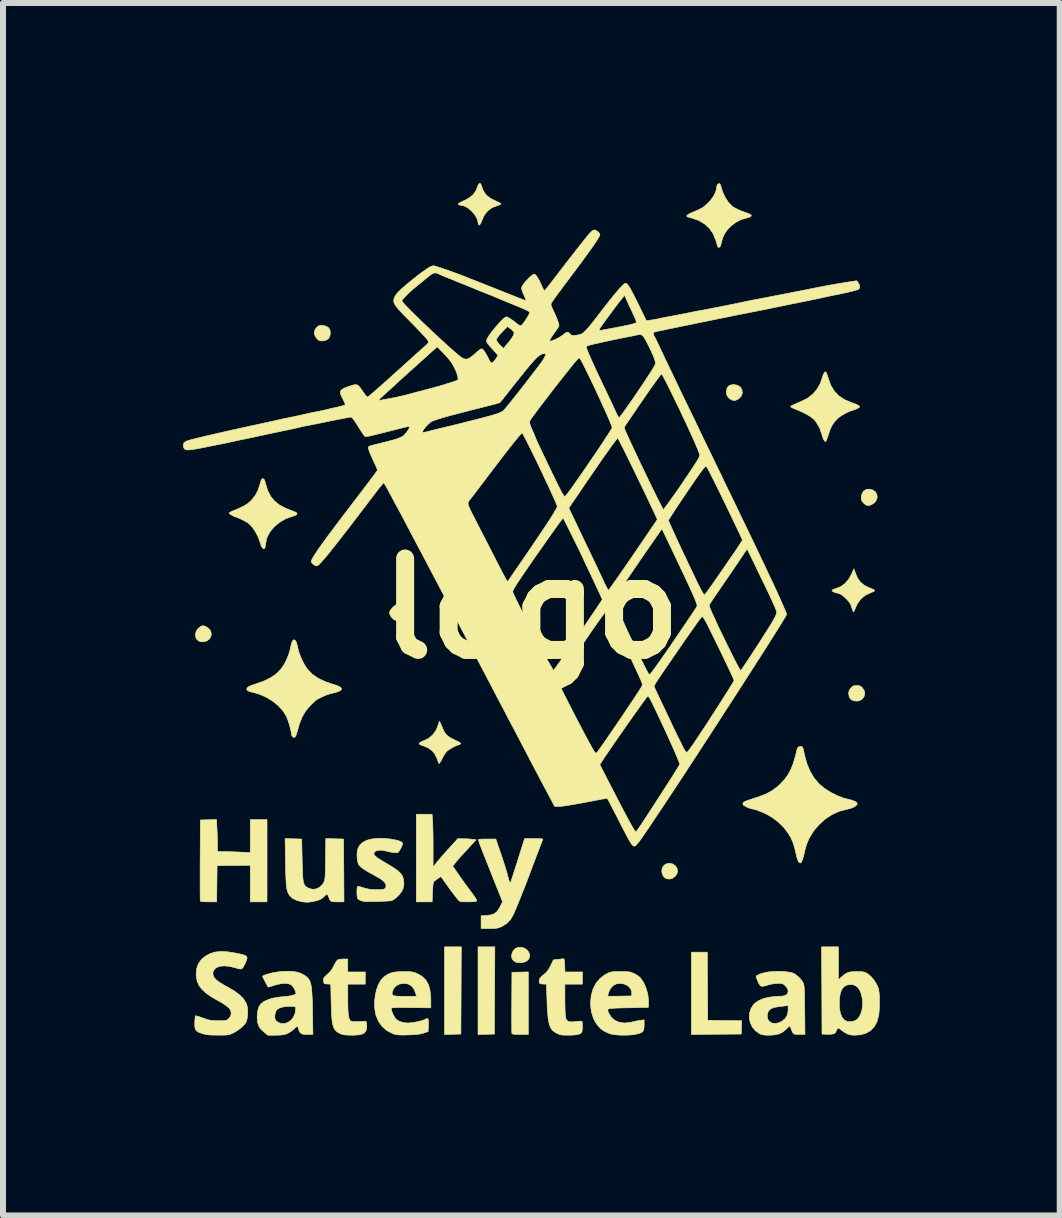
<source format=kicad_pcb>
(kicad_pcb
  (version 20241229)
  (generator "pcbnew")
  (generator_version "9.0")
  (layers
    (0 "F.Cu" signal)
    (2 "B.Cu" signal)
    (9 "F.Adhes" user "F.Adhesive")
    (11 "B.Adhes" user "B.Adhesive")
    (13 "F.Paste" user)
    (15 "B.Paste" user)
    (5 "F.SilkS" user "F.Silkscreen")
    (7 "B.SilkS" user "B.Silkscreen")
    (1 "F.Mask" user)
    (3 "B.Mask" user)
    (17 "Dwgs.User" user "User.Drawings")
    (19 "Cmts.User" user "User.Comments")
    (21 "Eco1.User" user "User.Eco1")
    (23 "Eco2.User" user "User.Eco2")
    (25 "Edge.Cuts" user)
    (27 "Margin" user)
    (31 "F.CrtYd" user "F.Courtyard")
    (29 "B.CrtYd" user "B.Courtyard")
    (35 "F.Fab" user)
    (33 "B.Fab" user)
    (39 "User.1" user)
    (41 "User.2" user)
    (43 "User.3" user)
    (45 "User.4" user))
  (footprint "logo"
    (layer "F.Cu")
    (at 5.808 7.095)
    (property "Reference" "logo" (at 0 0 0) (layer "F.SilkS") (effects (font (size 1.524 1.524) (thickness 0.3))))
    (attr through_hole)
    (fp_poly (pts (xy -1.175 7.093) (xy -1.311 7.097) (xy -1.448 7.1) (xy -1.448 5.639) (xy -1.168 5.639) (xy -1.175 7.093)) (stroke (width 0.01) (type solid)) (fill yes) (layer "F.SilkS"))
    (fp_poly (pts (xy -0.616 7.093) (xy -0.752 7.097) (xy -0.889 7.1) (xy -0.889 5.639) (xy -0.609 5.639) (xy -0.616 7.093)) (stroke (width 0.01) (type solid)) (fill yes) (layer "F.SilkS"))
    (fp_poly (pts (xy 2.94 6.864) (xy 3.223 6.868) (xy 3.506 6.871) (xy 3.503 6.982) (xy 3.499 7.093) (xy 3.083 7.096) (xy 2.667 7.1) (xy 2.667 5.728) (xy 2.933 5.728) (xy 2.94 6.864)) (stroke (width 0.01) (type solid)) (fill yes) (layer "F.SilkS"))
    (fp_poly (pts (xy -0.051 7.099) (xy -0.185 7.099) (xy -0.251 7.098) (xy -0.295 7.095) (xy -0.319 7.089) (xy -0.324 7.083) (xy -0.326 7.068) (xy -0.327 7.029) (xy -0.327 6.971) (xy -0.328 6.896) (xy -0.328 6.807) (xy -0.328 6.706) (xy -0.327 6.597) (xy -0.327 6.566) (xy -0.324 6.064) (xy -0.051 6.057) (xy -0.051 7.099)) (stroke (width 0.01) (type solid)) (fill yes) (layer "F.SilkS"))
    (fp_poly (pts (xy 2.355 4.257) (xy 2.399 4.287) (xy 2.406 4.294) (xy 2.434 4.343) (xy 2.437 4.393) (xy 2.415 4.442) (xy 2.395 4.465) (xy 2.347 4.499) (xy 2.295 4.51) (xy 2.244 4.499) (xy 2.216 4.48) (xy 2.188 4.44) (xy 2.174 4.388) (xy 2.179 4.335) (xy 2.184 4.32) (xy 2.213 4.278) (xy 2.256 4.253) (xy 2.305 4.246) (xy 2.355 4.257)) (stroke (width 0.01) (type solid)) (fill yes) (layer "F.SilkS"))
    (fp_poly (pts (xy 3.436 -3.723) (xy 3.482 -3.694) (xy 3.51 -3.649) (xy 3.517 -3.598) (xy 3.506 -3.552) (xy 3.472 -3.511) (xy 3.445 -3.49) (xy 3.396 -3.469) (xy 3.35 -3.473) (xy 3.304 -3.501) (xy 3.294 -3.51) (xy 3.267 -3.542) (xy 3.254 -3.573) (xy 3.251 -3.612) (xy 3.26 -3.669) (xy 3.286 -3.708) (xy 3.33 -3.729) (xy 3.374 -3.734) (xy 3.436 -3.723)) (stroke (width 0.01) (type solid)) (fill yes) (layer "F.SilkS"))
    (fp_poly (pts (xy -5.459 0.288) (xy -5.431 0.298) (xy -5.379 0.331) (xy -5.347 0.373) (xy -5.335 0.422) (xy -5.345 0.472) (xy -5.369 0.509) (xy -5.412 0.54) (xy -5.465 0.555) (xy -5.518 0.552) (xy -5.533 0.547) (xy -5.573 0.518) (xy -5.595 0.477) (xy -5.6 0.429) (xy -5.588 0.38) (xy -5.559 0.335) (xy -5.515 0.3) (xy -5.512 0.298) (xy -5.484 0.287) (xy -5.459 0.288)) (stroke (width 0.01) (type solid)) (fill yes) (layer "F.SilkS"))
    (fp_poly (pts (xy -3.417 -4.705) (xy -3.381 -4.683) (xy -3.359 -4.647) (xy -3.351 -4.599) (xy -3.357 -4.55) (xy -3.378 -4.507) (xy -3.381 -4.502) (xy -3.419 -4.476) (xy -3.468 -4.462) (xy -3.519 -4.464) (xy -3.54 -4.47) (xy -3.57 -4.493) (xy -3.598 -4.532) (xy -3.616 -4.574) (xy -3.619 -4.597) (xy -3.609 -4.642) (xy -3.584 -4.683) (xy -3.549 -4.712) (xy -3.532 -4.718) (xy -3.473 -4.721) (xy -3.417 -4.705)) (stroke (width 0.01) (type solid)) (fill yes) (layer "F.SilkS"))
    (fp_poly (pts (xy -2.168 -0.052) (xy -2.132 -0.019) (xy -2.107 0.027) (xy -2.096 0.079) (xy -2.095 0.087) (xy -2.106 0.135) (xy -2.135 0.172) (xy -2.177 0.196) (xy -2.225 0.204) (xy -2.273 0.192) (xy -2.302 0.175) (xy -2.34 0.134) (xy -2.361 0.093) (xy -2.364 0.056) (xy -2.36 0.045) (xy -2.334 0.007) (xy -2.299 -0.031) (xy -2.263 -0.058) (xy -2.25 -0.065) (xy -2.208 -0.069) (xy -2.168 -0.052)) (stroke (width 0.01) (type solid)) (fill yes) (layer "F.SilkS"))
    (fp_poly (pts (xy -0.114 5.662) (xy -0.069 5.694) (xy -0.051 5.717) (xy -0.03 5.761) (xy -0.028 5.799) (xy -0.044 5.841) (xy -0.044 5.842) (xy -0.074 5.873) (xy -0.119 5.894) (xy -0.174 5.904) (xy -0.231 5.901) (xy -0.266 5.892) (xy -0.304 5.864) (xy -0.326 5.824) (xy -0.33 5.777) (xy -0.316 5.728) (xy -0.285 5.684) (xy -0.267 5.668) (xy -0.22 5.647) (xy -0.167 5.646) (xy -0.114 5.662)) (stroke (width 0.01) (type solid)) (fill yes) (layer "F.SilkS"))
    (fp_poly (pts (xy 5.465 1.286) (xy 5.495 1.3) (xy 5.516 1.318) (xy 5.548 1.366) (xy 5.558 1.415) (xy 5.549 1.461) (xy 5.523 1.5) (xy 5.484 1.529) (xy 5.435 1.542) (xy 5.378 1.538) (xy 5.359 1.532) (xy 5.325 1.513) (xy 5.305 1.483) (xy 5.298 1.466) (xy 5.288 1.408) (xy 5.301 1.359) (xy 5.331 1.318) (xy 5.359 1.294) (xy 5.391 1.284) (xy 5.423 1.283) (xy 5.465 1.286)) (stroke (width 0.01) (type solid)) (fill yes) (layer "F.SilkS"))
    (fp_poly (pts (xy 5.688 -1.978) (xy 5.695 -1.974) (xy 5.738 -1.943) (xy 5.76 -1.9) (xy 5.765 -1.853) (xy 5.75 -1.806) (xy 5.719 -1.764) (xy 5.67 -1.732) (xy 5.669 -1.732) (xy 5.636 -1.719) (xy 5.614 -1.717) (xy 5.592 -1.722) (xy 5.588 -1.723) (xy 5.566 -1.736) (xy 5.538 -1.759) (xy 5.534 -1.763) (xy 5.508 -1.797) (xy 5.499 -1.838) (xy 5.499 -1.845) (xy 5.509 -1.908) (xy 5.536 -1.955) (xy 5.577 -1.983) (xy 5.629 -1.992) (xy 5.688 -1.978)) (stroke (width 0.01) (type solid)) (fill yes) (layer "F.SilkS"))
    (fp_poly (pts (xy -5.241 3.672) (xy -5.237 3.746) (xy -5.235 3.825) (xy -5.233 3.897) (xy -5.232 3.939) (xy -5.232 4.051) (xy -5.133 4.051) (xy -5.081 4.052) (xy -5.012 4.054) (xy -4.936 4.056) (xy -4.861 4.06) (xy -4.86 4.06) (xy -4.686 4.068) (xy -4.686 3.518) (xy -4.407 3.518) (xy -4.407 4.889) (xy -4.686 4.889) (xy -4.686 4.279) (xy -5.239 4.286) (xy -5.246 4.889) (xy -5.379 4.889) (xy -5.446 4.888) (xy -5.49 4.885) (xy -5.513 4.879) (xy -5.519 4.874) (xy -5.52 4.858) (xy -5.521 4.82) (xy -5.521 4.761) (xy -5.522 4.684) (xy -5.522 4.591) (xy -5.522 4.485) (xy -5.522 4.368) (xy -5.522 4.243) (xy -5.521 4.191) (xy -5.518 3.524) (xy -5.249 3.517) (xy -5.241 3.672)) (stroke (width 0.01) (type solid)) (fill yes) (layer "F.SilkS"))
    (fp_poly (pts (xy 5.4 -0.597) (xy 5.436 -0.511) (xy 5.483 -0.444) (xy 5.545 -0.391) (xy 5.625 -0.35) (xy 5.661 -0.336) (xy 5.697 -0.321) (xy 5.719 -0.307) (xy 5.724 -0.299) (xy 5.71 -0.287) (xy 5.681 -0.273) (xy 5.663 -0.267) (xy 5.571 -0.224) (xy 5.496 -0.164) (xy 5.438 -0.086) (xy 5.408 -0.023) (xy 5.392 0.015) (xy 5.378 0.044) (xy 5.372 0.054) (xy 5.365 0.048) (xy 5.354 0.023) (xy 5.342 -0.014) (xy 5.327 -0.06) (xy 5.307 -0.097) (xy 5.276 -0.135) (xy 5.247 -0.166) (xy 5.197 -0.211) (xy 5.156 -0.239) (xy 5.117 -0.253) (xy 5.057 -0.27) (xy 5.021 -0.286) (xy 5.01 -0.3) (xy 5.023 -0.314) (xy 5.059 -0.329) (xy 5.079 -0.335) (xy 5.159 -0.367) (xy 5.225 -0.414) (xy 5.282 -0.479) (xy 5.333 -0.564) (xy 5.353 -0.608) (xy 5.377 -0.663) (xy 5.4 -0.597)) (stroke (width 0.01) (type solid)) (fill yes) (layer "F.SilkS"))
    (fp_poly (pts (xy -0.849 -7.086) (xy -0.834 -7.057) (xy -0.834 -7.055) (xy -0.809 -6.984) (xy -0.779 -6.928) (xy -0.739 -6.882) (xy -0.685 -6.841) (xy -0.613 -6.803) (xy -0.556 -6.777) (xy -0.526 -6.762) (xy -0.509 -6.748) (xy -0.508 -6.744) (xy -0.519 -6.734) (xy -0.547 -6.723) (xy -0.562 -6.719) (xy -0.653 -6.684) (xy -0.727 -6.631) (xy -0.784 -6.559) (xy -0.818 -6.485) (xy -0.837 -6.436) (xy -0.856 -6.404) (xy -0.871 -6.392) (xy -0.881 -6.402) (xy -0.882 -6.403) (xy -0.887 -6.426) (xy -0.894 -6.461) (xy -0.895 -6.467) (xy -0.913 -6.516) (xy -0.947 -6.57) (xy -0.993 -6.623) (xy -1.045 -6.669) (xy -1.096 -6.701) (xy -1.128 -6.713) (xy -1.166 -6.721) (xy -1.191 -6.726) (xy -1.215 -6.736) (xy -1.215 -6.75) (xy -1.191 -6.768) (xy -1.172 -6.777) (xy -1.08 -6.82) (xy -1.011 -6.865) (xy -0.959 -6.913) (xy -0.923 -6.969) (xy -0.9 -7.026) (xy -0.883 -7.07) (xy -0.865 -7.09) (xy -0.849 -7.086)) (stroke (width 0.01) (type solid)) (fill yes) (layer "F.SilkS"))
    (fp_poly (pts (xy -1.525 1.891) (xy -1.512 1.92) (xy -1.494 1.962) (xy -1.486 1.981) (xy -1.457 2.045) (xy -1.426 2.093) (xy -1.386 2.131) (xy -1.333 2.164) (xy -1.267 2.196) (xy -1.218 2.218) (xy -1.19 2.234) (xy -1.18 2.246) (xy -1.183 2.256) (xy -1.202 2.271) (xy -1.211 2.273) (xy -1.238 2.28) (xy -1.277 2.297) (xy -1.323 2.322) (xy -1.367 2.348) (xy -1.402 2.373) (xy -1.414 2.385) (xy -1.438 2.416) (xy -1.466 2.461) (xy -1.491 2.509) (xy -1.512 2.549) (xy -1.529 2.575) (xy -1.539 2.584) (xy -1.54 2.583) (xy -1.549 2.565) (xy -1.562 2.531) (xy -1.575 2.497) (xy -1.609 2.426) (xy -1.653 2.371) (xy -1.712 2.327) (xy -1.79 2.292) (xy -1.835 2.278) (xy -1.865 2.263) (xy -1.871 2.247) (xy -1.851 2.228) (xy -1.808 2.209) (xy -1.805 2.208) (xy -1.715 2.165) (xy -1.641 2.103) (xy -1.586 2.024) (xy -1.556 1.948) (xy -1.544 1.911) (xy -1.535 1.886) (xy -1.531 1.88) (xy -1.525 1.891)) (stroke (width 0.01) (type solid)) (fill yes) (layer "F.SilkS"))
    (fp_poly (pts (xy 3.143 -7.08) (xy 3.156 -7.055) (xy 3.157 -7.052) (xy 3.186 -6.952) (xy 3.228 -6.86) (xy 3.279 -6.78) (xy 3.336 -6.718) (xy 3.364 -6.695) (xy 3.404 -6.672) (xy 3.458 -6.646) (xy 3.516 -6.622) (xy 3.531 -6.617) (xy 3.594 -6.594) (xy 3.636 -6.577) (xy 3.659 -6.564) (xy 3.667 -6.553) (xy 3.662 -6.543) (xy 3.653 -6.535) (xy 3.626 -6.521) (xy 3.587 -6.51) (xy 3.577 -6.508) (xy 3.493 -6.483) (xy 3.409 -6.439) (xy 3.33 -6.379) (xy 3.263 -6.31) (xy 3.227 -6.256) (xy 3.206 -6.216) (xy 3.189 -6.176) (xy 3.175 -6.129) (xy 3.159 -6.065) (xy 3.157 -6.055) (xy 3.144 -6.03) (xy 3.126 -6.02) (xy 3.109 -6.028) (xy 3.105 -6.036) (xy 3.1 -6.055) (xy 3.089 -6.091) (xy 3.075 -6.137) (xy 3.074 -6.142) (xy 3.031 -6.248) (xy 2.968 -6.339) (xy 2.886 -6.414) (xy 2.786 -6.471) (xy 2.68 -6.508) (xy 2.638 -6.519) (xy 2.607 -6.529) (xy 2.593 -6.534) (xy 2.591 -6.551) (xy 2.614 -6.571) (xy 2.662 -6.596) (xy 2.71 -6.615) (xy 2.768 -6.64) (xy 2.825 -6.668) (xy 2.87 -6.695) (xy 2.879 -6.702) (xy 2.94 -6.755) (xy 2.995 -6.816) (xy 3.04 -6.88) (xy 3.071 -6.942) (xy 3.086 -6.996) (xy 3.086 -7.006) (xy 3.092 -7.045) (xy 3.106 -7.072) (xy 3.125 -7.085) (xy 3.143 -7.08)) (stroke (width 0.01) (type solid)) (fill yes) (layer "F.SilkS"))
    (fp_poly (pts (xy -3.061 6.058) (xy -2.769 6.058) (xy -2.769 6.261) (xy -3.061 6.261) (xy -3.06 6.506) (xy -3.06 6.611) (xy -3.057 6.693) (xy -3.053 6.757) (xy -3.046 6.804) (xy -3.037 6.837) (xy -3.024 6.86) (xy -3.017 6.869) (xy -3.007 6.877) (xy -2.993 6.882) (xy -2.971 6.885) (xy -2.936 6.886) (xy -2.886 6.884) (xy -2.815 6.881) (xy -2.788 6.879) (xy -2.763 6.88) (xy -2.752 6.89) (xy -2.747 6.916) (xy -2.746 6.93) (xy -2.745 6.992) (xy -2.757 7.039) (xy -2.782 7.073) (xy -2.824 7.095) (xy -2.885 7.107) (xy -2.967 7.112) (xy -2.991 7.112) (xy -3.061 7.11) (xy -3.113 7.107) (xy -3.151 7.099) (xy -3.181 7.088) (xy -3.221 7.068) (xy -3.252 7.045) (xy -3.277 7.017) (xy -3.297 6.981) (xy -3.311 6.933) (xy -3.321 6.872) (xy -3.329 6.794) (xy -3.333 6.696) (xy -3.337 6.576) (xy -3.344 6.262) (xy -3.402 6.259) (xy -3.438 6.255) (xy -3.456 6.247) (xy -3.463 6.228) (xy -3.465 6.207) (xy -3.466 6.185) (xy -3.463 6.167) (xy -3.453 6.149) (xy -3.433 6.127) (xy -3.399 6.095) (xy -3.366 6.065) (xy -3.338 6.033) (xy -3.309 5.988) (xy -3.289 5.948) (xy -3.267 5.906) (xy -3.244 5.872) (xy -3.228 5.856) (xy -3.201 5.848) (xy -3.16 5.843) (xy -3.131 5.842) (xy -3.061 5.842) (xy -3.061 6.058)) (stroke (width 0.01) (type solid)) (fill yes) (layer "F.SilkS"))
    (fp_poly (pts (xy 4.916 -3.933) (xy 4.93 -3.9) (xy 4.945 -3.855) (xy 4.95 -3.836) (xy 4.992 -3.72) (xy 5.051 -3.624) (xy 5.126 -3.545) (xy 5.221 -3.482) (xy 5.335 -3.434) (xy 5.351 -3.429) (xy 5.396 -3.413) (xy 5.435 -3.396) (xy 5.455 -3.385) (xy 5.472 -3.37) (xy 5.47 -3.358) (xy 5.455 -3.346) (xy 5.426 -3.33) (xy 5.387 -3.316) (xy 5.379 -3.313) (xy 5.302 -3.287) (xy 5.223 -3.249) (xy 5.151 -3.205) (xy 5.11 -3.172) (xy 5.056 -3.116) (xy 5.015 -3.058) (xy 4.982 -2.99) (xy 4.953 -2.904) (xy 4.953 -2.903) (xy 4.937 -2.853) (xy 4.922 -2.813) (xy 4.91 -2.789) (xy 4.906 -2.785) (xy 4.89 -2.791) (xy 4.874 -2.814) (xy 4.873 -2.815) (xy 4.859 -2.85) (xy 4.845 -2.895) (xy 4.84 -2.913) (xy 4.804 -3.014) (xy 4.748 -3.109) (xy 4.719 -3.145) (xy 4.676 -3.184) (xy 4.612 -3.225) (xy 4.531 -3.268) (xy 4.437 -3.31) (xy 4.391 -3.328) (xy 4.353 -3.345) (xy 4.328 -3.36) (xy 4.321 -3.369) (xy 4.334 -3.379) (xy 4.365 -3.395) (xy 4.41 -3.415) (xy 4.444 -3.43) (xy 4.501 -3.455) (xy 4.556 -3.481) (xy 4.6 -3.504) (xy 4.615 -3.513) (xy 4.694 -3.578) (xy 4.762 -3.657) (xy 4.813 -3.745) (xy 4.841 -3.822) (xy 4.858 -3.878) (xy 4.876 -3.919) (xy 4.894 -3.943) (xy 4.906 -3.946) (xy 4.916 -3.933)) (stroke (width 0.01) (type solid)) (fill yes) (layer "F.SilkS"))
    (fp_poly (pts (xy -4.461 -2.16) (xy -4.449 -2.142) (xy -4.437 -2.107) (xy -4.431 -2.082) (xy -4.395 -1.967) (xy -4.346 -1.871) (xy -4.281 -1.792) (xy -4.198 -1.726) (xy -4.094 -1.671) (xy -4.024 -1.643) (xy -3.977 -1.626) (xy -3.939 -1.61) (xy -3.916 -1.598) (xy -3.915 -1.597) (xy -3.906 -1.579) (xy -3.921 -1.561) (xy -3.96 -1.544) (xy -3.985 -1.537) (xy -4.096 -1.497) (xy -4.197 -1.439) (xy -4.284 -1.366) (xy -4.355 -1.282) (xy -4.4 -1.2) (xy -4.414 -1.158) (xy -4.425 -1.105) (xy -4.43 -1.074) (xy -4.438 -1.024) (xy -4.45 -0.999) (xy -4.466 -0.996) (xy -4.485 -1.013) (xy -4.5 -1.038) (xy -4.514 -1.077) (xy -4.52 -1.097) (xy -4.552 -1.189) (xy -4.603 -1.286) (xy -4.651 -1.355) (xy -4.685 -1.394) (xy -4.722 -1.426) (xy -4.772 -1.456) (xy -4.804 -1.473) (xy -4.851 -1.496) (xy -4.89 -1.513) (xy -4.914 -1.523) (xy -4.919 -1.524) (xy -4.941 -1.53) (xy -4.972 -1.544) (xy -5.004 -1.562) (xy -5.028 -1.58) (xy -5.038 -1.592) (xy -5.038 -1.593) (xy -5.024 -1.605) (xy -4.995 -1.621) (xy -4.971 -1.63) (xy -4.871 -1.672) (xy -4.791 -1.711) (xy -4.728 -1.751) (xy -4.678 -1.794) (xy -4.663 -1.809) (xy -4.6 -1.89) (xy -4.555 -1.977) (xy -4.522 -2.079) (xy -4.521 -2.083) (xy -4.508 -2.129) (xy -4.496 -2.154) (xy -4.483 -2.164) (xy -4.476 -2.165) (xy -4.461 -2.16)) (stroke (width 0.01) (type solid)) (fill yes) (layer "F.SilkS"))
    (fp_poly (pts (xy -3.967 3.838) (xy -3.829 3.842) (xy -3.821 4.192) (xy -3.818 4.307) (xy -3.815 4.399) (xy -3.811 4.472) (xy -3.805 4.528) (xy -3.797 4.57) (xy -3.786 4.601) (xy -3.771 4.623) (xy -3.753 4.64) (xy -3.729 4.654) (xy -3.713 4.662) (xy -3.65 4.68) (xy -3.587 4.674) (xy -3.53 4.646) (xy -3.482 4.598) (xy -3.462 4.566) (xy -3.454 4.549) (xy -3.448 4.53) (xy -3.443 4.507) (xy -3.439 4.475) (xy -3.436 4.432) (xy -3.434 4.374) (xy -3.433 4.298) (xy -3.431 4.201) (xy -3.431 4.175) (xy -3.427 3.835) (xy -3.279 3.838) (xy -3.131 3.842) (xy -3.127 4.366) (xy -3.124 4.889) (xy -3.23 4.889) (xy -3.287 4.889) (xy -3.324 4.884) (xy -3.348 4.872) (xy -3.363 4.85) (xy -3.376 4.815) (xy -3.378 4.81) (xy -3.392 4.775) (xy -3.408 4.765) (xy -3.43 4.777) (xy -3.445 4.791) (xy -3.483 4.825) (xy -3.525 4.851) (xy -3.577 4.869) (xy -3.645 4.884) (xy -3.708 4.894) (xy -3.745 4.895) (xy -3.794 4.891) (xy -3.835 4.885) (xy -3.916 4.863) (xy -3.982 4.829) (xy -4.027 4.787) (xy -4.032 4.78) (xy -4.048 4.754) (xy -4.06 4.727) (xy -4.071 4.695) (xy -4.079 4.656) (xy -4.085 4.607) (xy -4.089 4.545) (xy -4.093 4.467) (xy -4.096 4.37) (xy -4.098 4.25) (xy -4.099 4.232) (xy -4.105 3.835) (xy -3.967 3.838)) (stroke (width 0.01) (type solid)) (fill yes) (layer "F.SilkS"))
    (fp_poly (pts (xy 0.543 5.841) (xy 0.549 5.857) (xy 0.553 5.89) (xy 0.556 5.944) (xy 0.556 5.947) (xy 0.56 6.058) (xy 0.851 6.058) (xy 0.851 6.261) (xy 0.559 6.261) (xy 0.559 6.518) (xy 0.56 6.6) (xy 0.561 6.676) (xy 0.564 6.741) (xy 0.568 6.792) (xy 0.572 6.822) (xy 0.572 6.824) (xy 0.587 6.858) (xy 0.61 6.88) (xy 0.647 6.89) (xy 0.701 6.889) (xy 0.741 6.885) (xy 0.787 6.88) (xy 0.822 6.878) (xy 0.841 6.879) (xy 0.841 6.879) (xy 0.847 6.894) (xy 0.85 6.926) (xy 0.851 6.967) (xy 0.85 7.008) (xy 0.846 7.041) (xy 0.843 7.054) (xy 0.826 7.079) (xy 0.793 7.096) (xy 0.742 7.106) (xy 0.671 7.111) (xy 0.625 7.112) (xy 0.562 7.111) (xy 0.516 7.109) (xy 0.482 7.103) (xy 0.452 7.093) (xy 0.419 7.077) (xy 0.418 7.077) (xy 0.381 7.055) (xy 0.35 7.029) (xy 0.325 6.995) (xy 0.306 6.952) (xy 0.291 6.896) (xy 0.279 6.826) (xy 0.271 6.738) (xy 0.264 6.629) (xy 0.26 6.513) (xy 0.251 6.262) (xy 0.192 6.259) (xy 0.156 6.255) (xy 0.138 6.247) (xy 0.131 6.23) (xy 0.13 6.216) (xy 0.132 6.186) (xy 0.147 6.157) (xy 0.179 6.124) (xy 0.23 6.082) (xy 0.232 6.081) (xy 0.271 6.038) (xy 0.311 5.973) (xy 0.322 5.951) (xy 0.367 5.857) (xy 0.441 5.848) (xy 0.484 5.843) (xy 0.519 5.839) (xy 0.533 5.838) (xy 0.543 5.841)) (stroke (width 0.01) (type solid)) (fill yes) (layer "F.SilkS"))
    (fp_poly (pts (xy -1.647 3.545) (xy -1.644 3.591) (xy -1.642 3.657) (xy -1.64 3.738) (xy -1.639 3.83) (xy -1.638 3.925) (xy -1.638 3.985) (xy -1.638 4.309) (xy -1.574 4.228) (xy -1.542 4.189) (xy -1.498 4.138) (xy -1.446 4.079) (xy -1.392 4.018) (xy -1.367 3.991) (xy -1.226 3.836) (xy -1.137 3.837) (xy -1.08 3.838) (xy -1.022 3.842) (xy -0.984 3.846) (xy -0.921 3.854) (xy -1.009 3.95) (xy -1.054 3.999) (xy -1.101 4.05) (xy -1.142 4.094) (xy -1.155 4.108) (xy -1.195 4.153) (xy -1.238 4.202) (xy -1.262 4.232) (xy -1.311 4.293) (xy -1.253 4.378) (xy -1.206 4.445) (xy -1.166 4.503) (xy -1.127 4.558) (xy -1.083 4.617) (xy -1.031 4.687) (xy -1.005 4.722) (xy -0.962 4.782) (xy -0.932 4.824) (xy -0.916 4.852) (xy -0.911 4.869) (xy -0.915 4.878) (xy -0.935 4.883) (xy -0.974 4.886) (xy -1.025 4.889) (xy -1.062 4.889) (xy -1.12 4.889) (xy -1.159 4.887) (xy -1.184 4.883) (xy -1.201 4.874) (xy -1.216 4.86) (xy -1.22 4.855) (xy -1.248 4.821) (xy -1.285 4.773) (xy -1.329 4.716) (xy -1.374 4.655) (xy -1.416 4.596) (xy -1.452 4.545) (xy -1.453 4.543) (xy -1.478 4.507) (xy -1.498 4.481) (xy -1.507 4.47) (xy -1.507 4.47) (xy -1.523 4.477) (xy -1.551 4.495) (xy -1.582 4.517) (xy -1.61 4.538) (xy -1.625 4.552) (xy -1.634 4.574) (xy -1.641 4.619) (xy -1.646 4.686) (xy -1.648 4.731) (xy -1.654 4.889) (xy -1.918 4.889) (xy -1.918 3.429) (xy -1.655 3.429) (xy -1.647 3.545)) (stroke (width 0.01) (type solid)) (fill yes) (layer "F.SilkS"))
    (fp_poly (pts (xy 0.098 3.836) (xy 0.146 3.837) (xy 0.178 3.839) (xy 0.19 3.842) (xy 0.191 3.842) (xy 0.186 3.856) (xy 0.175 3.888) (xy 0.158 3.933) (xy 0.145 3.966) (xy 0.085 4.123) (xy 0.018 4.299) (xy -0.051 4.483) (xy -0.079 4.557) (xy -0.112 4.643) (xy -0.149 4.735) (xy -0.186 4.828) (xy -0.222 4.917) (xy -0.255 4.996) (xy -0.282 5.061) (xy -0.297 5.095) (xy -0.345 5.18) (xy -0.405 5.245) (xy -0.481 5.294) (xy -0.489 5.298) (xy -0.526 5.314) (xy -0.559 5.325) (xy -0.595 5.331) (xy -0.641 5.333) (xy -0.702 5.334) (xy -0.838 5.334) (xy -0.838 5.121) (xy -0.743 5.115) (xy -0.67 5.106) (xy -0.615 5.086) (xy -0.572 5.05) (xy -0.535 4.996) (xy -0.521 4.968) (xy -0.48 4.887) (xy -0.608 4.567) (xy -0.668 4.416) (xy -0.719 4.287) (xy -0.762 4.179) (xy -0.798 4.089) (xy -0.826 4.016) (xy -0.848 3.958) (xy -0.864 3.915) (xy -0.874 3.884) (xy -0.88 3.864) (xy -0.882 3.852) (xy -0.882 3.849) (xy -0.867 3.846) (xy -0.832 3.844) (xy -0.782 3.842) (xy -0.734 3.842) (xy -0.593 3.842) (xy -0.512 4.077) (xy -0.484 4.161) (xy -0.455 4.249) (xy -0.429 4.333) (xy -0.407 4.406) (xy -0.395 4.451) (xy -0.379 4.511) (xy -0.367 4.549) (xy -0.359 4.568) (xy -0.353 4.572) (xy -0.347 4.563) (xy -0.344 4.556) (xy -0.335 4.532) (xy -0.322 4.492) (xy -0.303 4.435) (xy -0.279 4.359) (xy -0.248 4.263) (xy -0.211 4.145) (xy -0.178 4.042) (xy -0.113 3.835) (xy 0.039 3.835) (xy 0.098 3.836)) (stroke (width 0.01) (type solid)) (fill yes) (layer "F.SilkS"))
    (fp_poly (pts (xy -3.936 0.531) (xy -3.918 0.561) (xy -3.902 0.614) (xy -3.891 0.667) (xy -3.871 0.74) (xy -3.839 0.823) (xy -3.799 0.906) (xy -3.755 0.98) (xy -3.731 1.013) (xy -3.653 1.094) (xy -3.554 1.162) (xy -3.434 1.219) (xy -3.327 1.256) (xy -3.259 1.277) (xy -3.212 1.295) (xy -3.183 1.312) (xy -3.168 1.328) (xy -3.165 1.337) (xy -3.173 1.358) (xy -3.207 1.379) (xy -3.266 1.399) (xy -3.331 1.414) (xy -3.435 1.447) (xy -3.549 1.501) (xy -3.569 1.512) (xy -3.592 1.529) (xy -3.626 1.559) (xy -3.666 1.597) (xy -3.685 1.616) (xy -3.762 1.706) (xy -3.822 1.809) (xy -3.869 1.928) (xy -3.887 1.994) (xy -3.907 2.065) (xy -3.923 2.113) (xy -3.939 2.14) (xy -3.956 2.149) (xy -3.974 2.141) (xy -3.985 2.131) (xy -3.998 2.106) (xy -4 2.089) (xy -4.005 2.051) (xy -4.017 1.998) (xy -4.034 1.937) (xy -4.053 1.875) (xy -4.074 1.82) (xy -4.086 1.792) (xy -4.141 1.705) (xy -4.217 1.621) (xy -4.309 1.546) (xy -4.412 1.482) (xy -4.521 1.432) (xy -4.612 1.405) (xy -4.676 1.389) (xy -4.718 1.374) (xy -4.74 1.358) (xy -4.744 1.34) (xy -4.739 1.324) (xy -4.723 1.308) (xy -4.691 1.291) (xy -4.64 1.271) (xy -4.581 1.252) (xy -4.451 1.205) (xy -4.343 1.151) (xy -4.254 1.09) (xy -4.181 1.017) (xy -4.121 0.931) (xy -4.091 0.874) (xy -4.064 0.812) (xy -4.039 0.745) (xy -4.022 0.685) (xy -4.019 0.671) (xy -4.004 0.604) (xy -3.991 0.559) (xy -3.977 0.532) (xy -3.963 0.521) (xy -3.957 0.521) (xy -3.936 0.531)) (stroke (width 0.01) (type solid)) (fill yes) (layer "F.SilkS"))
    (fp_poly (pts (xy 5.118 6.188) (xy 5.168 6.143) (xy 5.216 6.102) (xy 5.258 6.076) (xy 5.303 6.06) (xy 5.357 6.053) (xy 5.424 6.052) (xy 5.482 6.052) (xy 5.523 6.055) (xy 5.553 6.062) (xy 5.58 6.074) (xy 5.607 6.09) (xy 5.661 6.133) (xy 5.712 6.194) (xy 5.755 6.262) (xy 5.785 6.33) (xy 5.79 6.352) (xy 5.797 6.402) (xy 5.802 6.47) (xy 5.803 6.549) (xy 5.802 6.63) (xy 5.798 6.706) (xy 5.792 6.771) (xy 5.79 6.782) (xy 5.763 6.884) (xy 5.719 6.968) (xy 5.657 7.033) (xy 5.579 7.079) (xy 5.485 7.105) (xy 5.397 7.112) (xy 5.343 7.11) (xy 5.303 7.104) (xy 5.268 7.091) (xy 5.238 7.075) (xy 5.2 7.051) (xy 5.169 7.029) (xy 5.157 7.018) (xy 5.13 6.998) (xy 5.104 7.002) (xy 5.086 7.028) (xy 5.084 7.037) (xy 5.072 7.067) (xy 5.046 7.086) (xy 5.004 7.096) (xy 4.941 7.097) (xy 4.929 7.097) (xy 4.845 7.093) (xy 4.843 6.542) (xy 5.133 6.542) (xy 5.135 6.648) (xy 5.149 6.736) (xy 5.175 6.806) (xy 5.213 6.855) (xy 5.262 6.882) (xy 5.262 6.882) (xy 5.327 6.888) (xy 5.394 6.871) (xy 5.415 6.86) (xy 5.454 6.824) (xy 5.486 6.769) (xy 5.509 6.7) (xy 5.521 6.622) (xy 5.521 6.541) (xy 5.516 6.496) (xy 5.494 6.407) (xy 5.463 6.341) (xy 5.421 6.296) (xy 5.369 6.272) (xy 5.323 6.267) (xy 5.26 6.276) (xy 5.21 6.304) (xy 5.174 6.35) (xy 5.149 6.418) (xy 5.135 6.507) (xy 5.133 6.542) (xy 4.843 6.542) (xy 4.842 6.366) (xy 4.838 5.639) (xy 5.118 5.639) (xy 5.118 6.188)) (stroke (width 0.01) (type solid)) (fill yes) (layer "F.SilkS"))
    (fp_poly (pts (xy 1.554 6.052) (xy 1.603 6.054) (xy 1.639 6.058) (xy 1.669 6.066) (xy 1.699 6.078) (xy 1.716 6.086) (xy 1.762 6.112) (xy 1.803 6.143) (xy 1.823 6.162) (xy 1.872 6.236) (xy 1.912 6.326) (xy 1.94 6.425) (xy 1.953 6.524) (xy 1.953 6.586) (xy 1.949 6.648) (xy 1.623 6.655) (xy 1.511 6.657) (xy 1.424 6.66) (xy 1.358 6.664) (xy 1.313 6.668) (xy 1.288 6.673) (xy 1.281 6.677) (xy 1.273 6.693) (xy 1.278 6.717) (xy 1.287 6.74) (xy 1.333 6.813) (xy 1.393 6.866) (xy 1.467 6.898) (xy 1.553 6.909) (xy 1.651 6.899) (xy 1.686 6.891) (xy 1.739 6.878) (xy 1.796 6.867) (xy 1.816 6.864) (xy 1.88 6.856) (xy 1.88 6.944) (xy 1.877 6.999) (xy 1.867 7.036) (xy 1.845 7.061) (xy 1.806 7.079) (xy 1.759 7.092) (xy 1.698 7.104) (xy 1.623 7.11) (xy 1.541 7.112) (xy 1.46 7.11) (xy 1.387 7.103) (xy 1.329 7.093) (xy 1.314 7.088) (xy 1.257 7.066) (xy 1.214 7.044) (xy 1.176 7.018) (xy 1.141 6.988) (xy 1.081 6.917) (xy 1.034 6.829) (xy 1.002 6.727) (xy 0.987 6.615) (xy 0.986 6.579) (xy 0.997 6.459) (xy 1.27 6.459) (xy 1.282 6.461) (xy 1.315 6.462) (xy 1.365 6.462) (xy 1.427 6.462) (xy 1.47 6.461) (xy 1.67 6.458) (xy 1.674 6.412) (xy 1.666 6.361) (xy 1.638 6.316) (xy 1.593 6.279) (xy 1.535 6.256) (xy 1.477 6.248) (xy 1.409 6.259) (xy 1.355 6.29) (xy 1.314 6.343) (xy 1.296 6.382) (xy 1.282 6.421) (xy 1.273 6.449) (xy 1.27 6.459) (xy 0.997 6.459) (xy 0.997 6.456) (xy 1.027 6.346) (xy 1.076 6.249) (xy 1.144 6.167) (xy 1.227 6.103) (xy 1.254 6.089) (xy 1.286 6.073) (xy 1.314 6.063) (xy 1.344 6.056) (xy 1.382 6.053) (xy 1.435 6.052) (xy 1.486 6.052) (xy 1.554 6.052)) (stroke (width 0.01) (type solid)) (fill yes) (layer "F.SilkS"))
    (fp_poly (pts (xy 4.51 2.302) (xy 4.52 2.311) (xy 4.528 2.331) (xy 4.538 2.367) (xy 4.55 2.422) (xy 4.558 2.459) (xy 4.596 2.593) (xy 4.649 2.717) (xy 4.715 2.827) (xy 4.792 2.918) (xy 4.806 2.931) (xy 4.893 3.002) (xy 4.994 3.066) (xy 5.1 3.119) (xy 5.205 3.159) (xy 5.264 3.174) (xy 5.317 3.187) (xy 5.366 3.203) (xy 5.405 3.22) (xy 5.427 3.235) (xy 5.428 3.237) (xy 5.43 3.261) (xy 5.411 3.286) (xy 5.374 3.31) (xy 5.323 3.331) (xy 5.261 3.346) (xy 5.258 3.347) (xy 5.132 3.379) (xy 5.011 3.435) (xy 4.897 3.51) (xy 4.793 3.603) (xy 4.704 3.709) (xy 4.632 3.828) (xy 4.6 3.899) (xy 4.583 3.949) (xy 4.565 4.01) (xy 4.553 4.061) (xy 4.537 4.128) (xy 4.521 4.183) (xy 4.504 4.222) (xy 4.49 4.241) (xy 4.486 4.242) (xy 4.469 4.233) (xy 4.454 4.22) (xy 4.443 4.197) (xy 4.429 4.157) (xy 4.416 4.108) (xy 4.414 4.096) (xy 4.388 3.985) (xy 4.358 3.893) (xy 4.322 3.812) (xy 4.279 3.742) (xy 4.203 3.643) (xy 4.115 3.557) (xy 4.009 3.478) (xy 4 3.473) (xy 3.952 3.445) (xy 3.894 3.415) (xy 3.831 3.388) (xy 3.771 3.364) (xy 3.72 3.348) (xy 3.684 3.34) (xy 3.681 3.34) (xy 3.654 3.334) (xy 3.615 3.32) (xy 3.575 3.301) (xy 3.543 3.282) (xy 3.532 3.273) (xy 3.525 3.252) (xy 3.534 3.236) (xy 3.542 3.227) (xy 3.556 3.219) (xy 3.579 3.208) (xy 3.615 3.195) (xy 3.665 3.178) (xy 3.735 3.155) (xy 3.791 3.137) (xy 3.911 3.091) (xy 4.012 3.036) (xy 4.104 2.968) (xy 4.154 2.922) (xy 4.221 2.848) (xy 4.276 2.773) (xy 4.321 2.691) (xy 4.36 2.597) (xy 4.394 2.485) (xy 4.412 2.417) (xy 4.425 2.364) (xy 4.435 2.331) (xy 4.445 2.313) (xy 4.458 2.305) (xy 4.476 2.301) (xy 4.479 2.301) (xy 4.497 2.3) (xy 4.51 2.302)) (stroke (width 0.01) (type solid)) (fill yes) (layer "F.SilkS"))
    (fp_poly (pts (xy -2.066 6.052) (xy -2.017 6.054) (xy -1.98 6.059) (xy -1.949 6.066) (xy -1.917 6.079) (xy -1.895 6.089) (xy -1.819 6.134) (xy -1.76 6.191) (xy -1.718 6.264) (xy -1.691 6.354) (xy -1.678 6.463) (xy -1.676 6.522) (xy -1.676 6.656) (xy -2.007 6.652) (xy -2.107 6.651) (xy -2.184 6.65) (xy -2.242 6.651) (xy -2.283 6.652) (xy -2.31 6.654) (xy -2.326 6.657) (xy -2.334 6.662) (xy -2.336 6.669) (xy -2.337 6.674) (xy -2.33 6.705) (xy -2.313 6.748) (xy -2.291 6.793) (xy -2.267 6.83) (xy -2.252 6.848) (xy -2.198 6.882) (xy -2.128 6.903) (xy -2.063 6.909) (xy -2.007 6.905) (xy -1.942 6.896) (xy -1.876 6.883) (xy -1.819 6.868) (xy -1.778 6.852) (xy -1.776 6.851) (xy -1.748 6.837) (xy -1.729 6.835) (xy -1.72 6.848) (xy -1.716 6.879) (xy -1.717 6.932) (xy -1.717 6.942) (xy -1.721 7.051) (xy -1.797 7.077) (xy -1.839 7.088) (xy -1.887 7.097) (xy -1.948 7.102) (xy -2.027 7.106) (xy -2.057 7.107) (xy -2.132 7.109) (xy -2.187 7.108) (xy -2.228 7.106) (xy -2.261 7.101) (xy -2.291 7.093) (xy -2.317 7.083) (xy -2.408 7.035) (xy -2.486 6.968) (xy -2.547 6.884) (xy -2.589 6.785) (xy -2.597 6.754) (xy -2.612 6.657) (xy -2.614 6.555) (xy -2.603 6.453) (xy -2.595 6.416) (xy -2.322 6.416) (xy -2.319 6.435) (xy -2.305 6.449) (xy -2.278 6.457) (xy -2.235 6.462) (xy -2.171 6.464) (xy -2.105 6.464) (xy -1.915 6.464) (xy -1.924 6.429) (xy -1.952 6.351) (xy -1.994 6.295) (xy -2.048 6.261) (xy -2.115 6.248) (xy -2.12 6.248) (xy -2.193 6.258) (xy -2.252 6.287) (xy -2.295 6.333) (xy -2.318 6.389) (xy -2.322 6.416) (xy -2.595 6.416) (xy -2.582 6.356) (xy -2.551 6.269) (xy -2.51 6.196) (xy -2.462 6.143) (xy -2.458 6.14) (xy -2.406 6.104) (xy -2.355 6.079) (xy -2.299 6.063) (xy -2.232 6.055) (xy -2.146 6.052) (xy -2.134 6.052) (xy -2.066 6.052)) (stroke (width 0.01) (type solid)) (fill yes) (layer "F.SilkS"))
    (fp_poly (pts (xy -2.433 3.833) (xy -2.354 3.841) (xy -2.28 3.854) (xy -2.216 3.869) (xy -2.171 3.887) (xy -2.17 3.887) (xy -2.151 3.906) (xy -2.146 3.919) (xy -2.153 3.945) (xy -2.168 3.981) (xy -2.189 4.019) (xy -2.21 4.05) (xy -2.226 4.068) (xy -2.228 4.068) (xy -2.251 4.07) (xy -2.292 4.067) (xy -2.343 4.06) (xy -2.396 4.049) (xy -2.438 4.039) (xy -2.505 4.027) (xy -2.562 4.031) (xy -2.605 4.05) (xy -2.605 4.051) (xy -2.623 4.07) (xy -2.626 4.091) (xy -2.613 4.115) (xy -2.583 4.143) (xy -2.534 4.177) (xy -2.464 4.22) (xy -2.426 4.242) (xy -2.336 4.295) (xy -2.268 4.34) (xy -2.216 4.379) (xy -2.179 4.416) (xy -2.154 4.452) (xy -2.138 4.491) (xy -2.133 4.511) (xy -2.124 4.59) (xy -2.135 4.66) (xy -2.168 4.726) (xy -2.221 4.789) (xy -2.261 4.825) (xy -2.299 4.853) (xy -2.328 4.868) (xy -2.331 4.869) (xy -2.358 4.873) (xy -2.405 4.876) (xy -2.465 4.879) (xy -2.534 4.882) (xy -2.605 4.884) (xy -2.672 4.885) (xy -2.731 4.885) (xy -2.774 4.883) (xy -2.794 4.882) (xy -2.853 4.865) (xy -2.889 4.841) (xy -2.901 4.822) (xy -2.905 4.792) (xy -2.908 4.752) (xy -2.908 4.707) (xy -2.906 4.667) (xy -2.902 4.639) (xy -2.899 4.631) (xy -2.883 4.632) (xy -2.85 4.639) (xy -2.805 4.652) (xy -2.794 4.656) (xy -2.73 4.673) (xy -2.667 4.683) (xy -2.593 4.686) (xy -2.576 4.686) (xy -2.511 4.685) (xy -2.467 4.68) (xy -2.44 4.668) (xy -2.427 4.649) (xy -2.423 4.621) (xy -2.423 4.614) (xy -2.432 4.582) (xy -2.461 4.547) (xy -2.51 4.509) (xy -2.583 4.466) (xy -2.618 4.446) (xy -2.718 4.391) (xy -2.796 4.343) (xy -2.849 4.302) (xy -2.877 4.271) (xy -2.892 4.233) (xy -2.902 4.179) (xy -2.906 4.118) (xy -2.904 4.058) (xy -2.897 4.016) (xy -2.866 3.951) (xy -2.815 3.9) (xy -2.742 3.862) (xy -2.649 3.839) (xy -2.534 3.83) (xy -2.508 3.829) (xy -2.433 3.833)) (stroke (width 0.01) (type solid)) (fill yes) (layer "F.SilkS"))
    (fp_poly (pts (xy -5.07 5.721) (xy -4.947 5.74) (xy -4.865 5.756) (xy -4.806 5.77) (xy -4.767 5.785) (xy -4.746 5.801) (xy -4.739 5.823) (xy -4.745 5.852) (xy -4.761 5.891) (xy -4.768 5.907) (xy -4.793 5.959) (xy -4.812 5.992) (xy -4.833 6.007) (xy -4.86 6.008) (xy -4.901 5.998) (xy -4.935 5.988) (xy -5.029 5.965) (xy -5.113 5.957) (xy -5.186 5.962) (xy -5.243 5.982) (xy -5.284 6.013) (xy -5.306 6.058) (xy -5.309 6.085) (xy -5.303 6.121) (xy -5.284 6.157) (xy -5.249 6.193) (xy -5.197 6.232) (xy -5.125 6.276) (xy -5.061 6.311) (xy -4.95 6.376) (xy -4.863 6.441) (xy -4.798 6.507) (xy -4.756 6.574) (xy -4.733 6.645) (xy -4.732 6.655) (xy -4.728 6.719) (xy -4.731 6.786) (xy -4.741 6.848) (xy -4.756 6.895) (xy -4.757 6.898) (xy -4.785 6.936) (xy -4.83 6.98) (xy -4.885 7.023) (xy -4.944 7.061) (xy -4.972 7.076) (xy -5.004 7.09) (xy -5.031 7.1) (xy -5.06 7.106) (xy -5.097 7.11) (xy -5.147 7.111) (xy -5.215 7.111) (xy -5.226 7.111) (xy -5.304 7.11) (xy -5.364 7.108) (xy -5.411 7.102) (xy -5.453 7.094) (xy -5.493 7.082) (xy -5.546 7.063) (xy -5.581 7.041) (xy -5.602 7.012) (xy -5.61 6.97) (xy -5.611 6.91) (xy -5.611 6.894) (xy -5.608 6.847) (xy -5.604 6.81) (xy -5.6 6.79) (xy -5.599 6.789) (xy -5.585 6.79) (xy -5.553 6.799) (xy -5.507 6.814) (xy -5.473 6.826) (xy -5.415 6.847) (xy -5.369 6.86) (xy -5.326 6.867) (xy -5.276 6.87) (xy -5.218 6.871) (xy -5.158 6.87) (xy -5.117 6.869) (xy -5.09 6.864) (xy -5.07 6.856) (xy -5.053 6.843) (xy -5.043 6.834) (xy -5.011 6.789) (xy -5.004 6.738) (xy -5.017 6.69) (xy -5.042 6.658) (xy -5.088 6.619) (xy -5.153 6.576) (xy -5.226 6.534) (xy -5.338 6.47) (xy -5.426 6.408) (xy -5.493 6.346) (xy -5.541 6.282) (xy -5.571 6.214) (xy -5.586 6.139) (xy -5.588 6.093) (xy -5.579 5.998) (xy -5.55 5.918) (xy -5.499 5.849) (xy -5.431 5.793) (xy -5.356 5.752) (xy -5.273 5.726) (xy -5.178 5.716) (xy -5.07 5.721)) (stroke (width 0.01) (type solid)) (fill yes) (layer "F.SilkS"))
    (fp_poly (pts (xy -3.979 6.049) (xy -3.889 6.064) (xy -3.828 6.088) (xy -3.786 6.111) (xy -3.751 6.135) (xy -3.724 6.161) (xy -3.701 6.193) (xy -3.684 6.232) (xy -3.672 6.283) (xy -3.663 6.347) (xy -3.657 6.427) (xy -3.652 6.525) (xy -3.649 6.645) (xy -3.648 6.715) (xy -3.642 7.099) (xy -3.732 7.099) (xy -3.784 7.098) (xy -3.817 7.093) (xy -3.839 7.082) (xy -3.848 7.074) (xy -3.867 7.051) (xy -3.873 7.037) (xy -3.878 7.017) (xy -3.886 6.991) (xy -3.899 6.958) (xy -3.954 7.006) (xy -4.011 7.052) (xy -4.062 7.082) (xy -4.117 7.101) (xy -4.183 7.11) (xy -4.258 7.112) (xy -4.392 7.112) (xy -4.455 7.062) (xy -4.51 7.011) (xy -4.545 6.958) (xy -4.565 6.895) (xy -4.57 6.823) (xy -4.277 6.823) (xy -4.268 6.857) (xy -4.241 6.885) (xy -4.199 6.908) (xy -4.153 6.92) (xy -4.14 6.921) (xy -4.109 6.916) (xy -4.069 6.903) (xy -4.056 6.897) (xy -4.004 6.861) (xy -3.964 6.807) (xy -3.938 6.744) (xy -3.931 6.694) (xy -3.931 6.636) (xy -4.007 6.632) (xy -4.084 6.633) (xy -4.153 6.644) (xy -4.209 6.663) (xy -4.242 6.686) (xy -4.264 6.724) (xy -4.276 6.773) (xy -4.277 6.823) (xy -4.57 6.823) (xy -4.571 6.818) (xy -4.57 6.783) (xy -4.561 6.701) (xy -4.541 6.637) (xy -4.508 6.588) (xy -4.457 6.55) (xy -4.386 6.518) (xy -4.342 6.503) (xy -4.292 6.491) (xy -4.227 6.48) (xy -4.16 6.472) (xy -4.134 6.47) (xy -4.055 6.462) (xy -3.993 6.451) (xy -3.949 6.437) (xy -3.927 6.421) (xy -3.924 6.414) (xy -3.932 6.38) (xy -3.952 6.338) (xy -3.977 6.298) (xy -4.001 6.274) (xy -4.048 6.254) (xy -4.112 6.248) (xy -4.189 6.256) (xy -4.273 6.276) (xy -4.287 6.281) (xy -4.333 6.296) (xy -4.367 6.306) (xy -4.386 6.31) (xy -4.387 6.309) (xy -4.399 6.292) (xy -4.416 6.26) (xy -4.437 6.222) (xy -4.457 6.183) (xy -4.472 6.151) (xy -4.481 6.131) (xy -4.481 6.128) (xy -4.458 6.114) (xy -4.415 6.099) (xy -4.36 6.083) (xy -4.299 6.069) (xy -4.238 6.059) (xy -4.221 6.056) (xy -4.091 6.046) (xy -3.979 6.049)) (stroke (width 0.01) (type solid)) (fill yes) (layer "F.SilkS"))
    (fp_poly (pts (xy 4.201 6.051) (xy 4.278 6.058) (xy 4.338 6.069) (xy 4.344 6.07) (xy 4.394 6.094) (xy 4.447 6.134) (xy 4.494 6.183) (xy 4.525 6.228) (xy 4.533 6.243) (xy 4.539 6.259) (xy 4.544 6.279) (xy 4.547 6.305) (xy 4.55 6.341) (xy 4.552 6.389) (xy 4.554 6.452) (xy 4.555 6.534) (xy 4.556 6.636) (xy 4.557 6.69) (xy 4.561 7.099) (xy 4.479 7.099) (xy 4.433 7.098) (xy 4.395 7.095) (xy 4.377 7.092) (xy 4.362 7.076) (xy 4.345 7.045) (xy 4.337 7.022) (xy 4.323 6.987) (xy 4.312 6.964) (xy 4.307 6.96) (xy 4.293 6.968) (xy 4.27 6.99) (xy 4.254 7.006) (xy 4.195 7.056) (xy 4.128 7.09) (xy 4.048 7.107) (xy 3.969 7.112) (xy 3.906 7.111) (xy 3.86 7.106) (xy 3.825 7.096) (xy 3.803 7.086) (xy 3.735 7.038) (xy 3.683 6.975) (xy 3.649 6.902) (xy 3.633 6.824) (xy 3.635 6.795) (xy 3.931 6.795) (xy 3.942 6.848) (xy 3.97 6.886) (xy 4.012 6.91) (xy 4.065 6.917) (xy 4.123 6.906) (xy 4.18 6.878) (xy 4.234 6.832) (xy 4.266 6.778) (xy 4.279 6.712) (xy 4.28 6.689) (xy 4.28 6.616) (xy 4.239 6.622) (xy 4.203 6.627) (xy 4.154 6.633) (xy 4.121 6.636) (xy 4.043 6.65) (xy 3.987 6.674) (xy 3.952 6.71) (xy 3.934 6.759) (xy 3.931 6.795) (xy 3.635 6.795) (xy 3.637 6.744) (xy 3.661 6.668) (xy 3.705 6.6) (xy 3.722 6.582) (xy 3.78 6.54) (xy 3.858 6.505) (xy 3.951 6.481) (xy 4.053 6.467) (xy 4.117 6.464) (xy 4.188 6.46) (xy 4.238 6.448) (xy 4.267 6.425) (xy 4.279 6.392) (xy 4.28 6.38) (xy 4.274 6.343) (xy 4.253 6.309) (xy 4.237 6.292) (xy 4.211 6.268) (xy 4.188 6.255) (xy 4.158 6.25) (xy 4.112 6.248) (xy 4.111 6.248) (xy 4.045 6.253) (xy 3.976 6.266) (xy 3.948 6.274) (xy 3.89 6.291) (xy 3.852 6.298) (xy 3.825 6.293) (xy 3.806 6.275) (xy 3.788 6.243) (xy 3.78 6.225) (xy 3.763 6.184) (xy 3.75 6.151) (xy 3.747 6.136) (xy 3.758 6.118) (xy 3.791 6.1) (xy 3.84 6.082) (xy 3.901 6.067) (xy 3.957 6.057) (xy 4.033 6.05) (xy 4.117 6.048) (xy 4.201 6.051)) (stroke (width 0.01) (type solid)) (fill yes) (layer "F.SilkS"))
    (fp_poly (pts (xy 1.08 -6.303) (xy 1.111 -6.281) (xy 1.135 -6.254) (xy 1.143 -6.231) (xy 1.135 -6.209) (xy 1.111 -6.167) (xy 1.071 -6.105) (xy 1.016 -6.025) (xy 0.945 -5.925) (xy 0.859 -5.808) (xy 0.758 -5.671) (xy 0.748 -5.658) (xy 0.655 -5.533) (xy 0.576 -5.428) (xy 0.51 -5.34) (xy 0.456 -5.267) (xy 0.414 -5.209) (xy 0.381 -5.163) (xy 0.357 -5.129) (xy 0.341 -5.105) (xy 0.34 -5.103) (xy 0.33 -5.086) (xy 0.327 -5.07) (xy 0.33 -5.049) (xy 0.343 -5.018) (xy 0.365 -4.97) (xy 0.368 -4.964) (xy 0.406 -4.88) (xy 0.433 -4.816) (xy 0.45 -4.768) (xy 0.459 -4.734) (xy 0.459 -4.711) (xy 0.457 -4.705) (xy 0.445 -4.684) (xy 0.422 -4.649) (xy 0.392 -4.606) (xy 0.376 -4.585) (xy 0.336 -4.528) (xy 0.312 -4.488) (xy 0.305 -4.465) (xy 0.314 -4.458) (xy 0.314 -4.458) (xy 0.343 -4.464) (xy 0.386 -4.481) (xy 0.434 -4.504) (xy 0.481 -4.53) (xy 0.519 -4.556) (xy 0.527 -4.562) (xy 0.567 -4.594) (xy 0.595 -4.607) (xy 0.618 -4.603) (xy 0.642 -4.582) (xy 0.645 -4.579) (xy 0.664 -4.561) (xy 0.684 -4.553) (xy 0.716 -4.553) (xy 0.739 -4.555) (xy 0.785 -4.563) (xy 0.825 -4.574) (xy 0.84 -4.58) (xy 0.872 -4.603) (xy 0.911 -4.64) (xy 1.131 -4.64) (xy 1.135 -4.636) (xy 1.14 -4.636) (xy 1.156 -4.638) (xy 1.191 -4.644) (xy 1.239 -4.653) (xy 1.276 -4.66) (xy 1.341 -4.672) (xy 1.406 -4.684) (xy 1.461 -4.695) (xy 1.48 -4.698) (xy 1.557 -4.714) (xy 1.626 -4.729) (xy 1.683 -4.743) (xy 1.724 -4.755) (xy 1.744 -4.763) (xy 1.745 -4.764) (xy 1.749 -4.77) (xy 1.749 -4.782) (xy 1.743 -4.802) (xy 1.732 -4.833) (xy 1.712 -4.878) (xy 1.684 -4.939) (xy 1.646 -5.02) (xy 1.642 -5.027) (xy 1.614 -5.088) (xy 1.59 -5.141) (xy 1.572 -5.181) (xy 1.563 -5.205) (xy 1.562 -5.209) (xy 1.56 -5.217) (xy 1.554 -5.216) (xy 1.541 -5.205) (xy 1.521 -5.182) (xy 1.491 -5.145) (xy 1.45 -5.093) (xy 1.397 -5.023) (xy 1.349 -4.958) (xy 1.282 -4.868) (xy 1.229 -4.796) (xy 1.189 -4.741) (xy 1.16 -4.699) (xy 1.142 -4.67) (xy 1.132 -4.651) (xy 1.131 -4.64) (xy 0.911 -4.64) (xy 0.916 -4.645) (xy 0.967 -4.703) (xy 1.024 -4.773) (xy 1.041 -4.795) (xy 1.153 -4.942) (xy 1.251 -5.068) (xy 1.336 -5.175) (xy 1.407 -5.261) (xy 1.465 -5.329) (xy 1.51 -5.378) (xy 1.544 -5.409) (xy 1.565 -5.422) (xy 1.569 -5.423) (xy 1.583 -5.419) (xy 1.6 -5.407) (xy 1.619 -5.383) (xy 1.642 -5.346) (xy 1.672 -5.294) (xy 1.708 -5.224) (xy 1.753 -5.134) (xy 1.779 -5.082) (xy 1.917 -4.799) (xy 1.978 -4.807) (xy 2.024 -4.814) (xy 2.081 -4.824) (xy 2.121 -4.832) (xy 2.165 -4.842) (xy 2.226 -4.854) (xy 2.297 -4.867) (xy 2.371 -4.881) (xy 2.381 -4.883) (xy 2.454 -4.897) (xy 2.526 -4.911) (xy 2.589 -4.923) (xy 2.636 -4.933) (xy 2.642 -4.934) (xy 2.699 -4.946) (xy 2.759 -4.958) (xy 2.794 -4.964) (xy 2.836 -4.971) (xy 2.897 -4.983) (xy 2.973 -4.997) (xy 3.057 -5.014) (xy 3.145 -5.031) (xy 3.231 -5.048) (xy 3.31 -5.064) (xy 3.376 -5.077) (xy 3.423 -5.087) (xy 3.505 -5.104) (xy 3.604 -5.125) (xy 3.708 -5.146) (xy 3.809 -5.165) (xy 3.867 -5.176) (xy 3.931 -5.188) (xy 4 -5.202) (xy 4.058 -5.213) (xy 4.199 -5.24) (xy 4.331 -5.266) (xy 4.453 -5.29) (xy 4.56 -5.311) (xy 4.65 -5.329) (xy 4.719 -5.343) (xy 4.737 -5.346) (xy 4.908 -5.38) (xy 5.084 -5.411) (xy 5.252 -5.439) (xy 5.279 -5.443) (xy 5.422 -5.465) (xy 5.447 -5.435) (xy 5.467 -5.399) (xy 5.473 -5.361) (xy 5.463 -5.33) (xy 5.457 -5.323) (xy 5.439 -5.316) (xy 5.401 -5.304) (xy 5.347 -5.29) (xy 5.282 -5.274) (xy 5.21 -5.258) (xy 5.138 -5.243) (xy 5.08 -5.231) (xy 5.042 -5.224) (xy 4.988 -5.213) (xy 4.928 -5.2) (xy 4.902 -5.194) (xy 4.806 -5.173) (xy 4.702 -5.151) (xy 4.598 -5.13) (xy 4.5 -5.11) (xy 4.417 -5.093) (xy 4.381 -5.086) (xy 4.333 -5.077) (xy 4.268 -5.063) (xy 4.193 -5.048) (xy 4.117 -5.032) (xy 4.102 -5.029) (xy 4.026 -5.013) (xy 3.949 -4.997) (xy 3.879 -4.983) (xy 3.824 -4.972) (xy 3.816 -4.971) (xy 3.733 -4.954) (xy 3.631 -4.934) (xy 3.516 -4.911) (xy 3.392 -4.887) (xy 3.267 -4.861) (xy 3.146 -4.837) (xy 3.035 -4.814) (xy 2.972 -4.801) (xy 2.903 -4.787) (xy 2.823 -4.771) (xy 2.745 -4.755) (xy 2.718 -4.749) (xy 2.59 -4.723) (xy 2.471 -4.699) (xy 2.367 -4.677) (xy 2.281 -4.66) (xy 2.261 -4.655) (xy 2.202 -4.643) (xy 2.141 -4.63) (xy 2.105 -4.623) (xy 2.061 -4.612) (xy 2.038 -4.6) (xy 2.032 -4.586) (xy 2.038 -4.56) (xy 2.043 -4.552) (xy 2.052 -4.537) (xy 2.069 -4.503) (xy 2.093 -4.455) (xy 2.119 -4.399) (xy 2.125 -4.388) (xy 2.154 -4.325) (xy 2.191 -4.247) (xy 2.232 -4.16) (xy 2.274 -4.073) (xy 2.305 -4.007) (xy 2.342 -3.931) (xy 2.377 -3.857) (xy 2.409 -3.791) (xy 2.434 -3.738) (xy 2.451 -3.702) (xy 2.466 -3.67) (xy 2.491 -3.619) (xy 2.522 -3.554) (xy 2.559 -3.477) (xy 2.6 -3.393) (xy 2.64 -3.31) (xy 2.68 -3.228) (xy 2.717 -3.153) (xy 2.747 -3.089) (xy 2.772 -3.039) (xy 2.788 -3.005) (xy 2.794 -2.991) (xy 2.794 -2.991) (xy 2.799 -2.979) (xy 2.814 -2.948) (xy 2.838 -2.899) (xy 2.868 -2.836) (xy 2.904 -2.762) (xy 2.944 -2.679) (xy 2.954 -2.659) (xy 2.999 -2.568) (xy 3.042 -2.478) (xy 3.083 -2.393) (xy 3.119 -2.318) (xy 3.149 -2.258) (xy 3.169 -2.216) (xy 3.192 -2.166) (xy 3.224 -2.1) (xy 3.261 -2.023) (xy 3.3 -1.944) (xy 3.328 -1.886) (xy 3.392 -1.753) (xy 3.456 -1.62) (xy 3.519 -1.489) (xy 3.58 -1.362) (xy 3.637 -1.244) (xy 3.689 -1.135) (xy 3.735 -1.041) (xy 3.772 -0.962) (xy 3.801 -0.902) (xy 3.81 -0.883) (xy 3.837 -0.825) (xy 3.87 -0.756) (xy 3.903 -0.686) (xy 3.918 -0.654) (xy 3.966 -0.552) (xy 4.006 -0.468) (xy 4.039 -0.398) (xy 4.067 -0.337) (xy 4.094 -0.28) (xy 4.119 -0.223) (xy 4.147 -0.161) (xy 4.167 -0.116) (xy 4.196 -0.05) (xy 4.221 0.008) (xy 4.24 0.054) (xy 4.252 0.084) (xy 4.255 0.094) (xy 4.25 0.107) (xy 4.235 0.135) (xy 4.209 0.178) (xy 4.173 0.238) (xy 4.126 0.314) (xy 4.067 0.408) (xy 3.997 0.519) (xy 3.915 0.649) (xy 3.82 0.797) (xy 3.713 0.964) (xy 3.593 1.151) (xy 3.46 1.358) (xy 3.313 1.586) (xy 3.279 1.638) (xy 3.21 1.744) (xy 3.151 1.836) (xy 3.098 1.918) (xy 3.049 1.993) (xy 3.002 2.066) (xy 2.955 2.139) (xy 2.904 2.216) (xy 2.849 2.302) (xy 2.785 2.4) (xy 2.712 2.512) (xy 2.658 2.594) (xy 2.584 2.708) (xy 2.506 2.827) (xy 2.425 2.95) (xy 2.343 3.074) (xy 2.262 3.196) (xy 2.183 3.316) (xy 2.107 3.429) (xy 2.036 3.535) (xy 1.972 3.631) (xy 1.915 3.715) (xy 1.868 3.784) (xy 1.832 3.836) (xy 1.808 3.87) (xy 1.808 3.87) (xy 1.77 3.918) (xy 1.739 3.95) (xy 1.718 3.962) (xy 1.716 3.962) (xy 1.695 3.952) (xy 1.668 3.925) (xy 1.657 3.908) (xy 1.642 3.883) (xy 1.617 3.839) (xy 1.585 3.779) (xy 1.547 3.706) (xy 1.504 3.624) (xy 1.46 3.537) (xy 1.45 3.518) (xy 1.407 3.433) (xy 1.366 3.354) (xy 1.331 3.287) (xy 1.303 3.232) (xy 1.282 3.193) (xy 1.271 3.173) (xy 1.27 3.171) (xy 1.254 3.168) (xy 1.22 3.171) (xy 1.174 3.177) (xy 1.16 3.18) (xy 0.983 3.214) (xy 0.83 3.243) (xy 0.701 3.266) (xy 0.597 3.283) (xy 0.517 3.294) (xy 0.462 3.299) (xy 0.437 3.3) (xy 0.387 3.296) (xy 0.276 3.086) (xy 0.218 2.977) (xy 0.16 2.869) (xy 0.102 2.757) (xy 0.039 2.639) (xy 0.02 2.602) (xy 1.141 2.602) (xy 1.277 2.866) (xy 1.363 3.033) (xy 1.438 3.178) (xy 1.503 3.304) (xy 1.559 3.41) (xy 1.606 3.498) (xy 1.645 3.569) (xy 1.676 3.625) (xy 1.701 3.668) (xy 1.72 3.697) (xy 1.733 3.714) (xy 1.742 3.721) (xy 1.743 3.721) (xy 1.753 3.711) (xy 1.774 3.683) (xy 1.804 3.64) (xy 1.841 3.585) (xy 1.882 3.523) (xy 1.883 3.521) (xy 1.931 3.447) (xy 1.981 3.371) (xy 2.028 3.299) (xy 2.068 3.237) (xy 2.09 3.203) (xy 2.127 3.146) (xy 2.172 3.076) (xy 2.219 3.002) (xy 2.264 2.933) (xy 2.266 2.93) (xy 2.307 2.865) (xy 2.35 2.799) (xy 2.388 2.738) (xy 2.417 2.69) (xy 2.421 2.685) (xy 2.476 2.595) (xy 2.452 2.533) (xy 2.432 2.484) (xy 2.403 2.416) (xy 2.367 2.333) (xy 2.324 2.238) (xy 2.278 2.135) (xy 2.229 2.028) (xy 2.179 1.921) (xy 2.13 1.817) (xy 2.084 1.719) (xy 2.043 1.633) (xy 2.007 1.561) (xy 1.99 1.527) (xy 1.97 1.492) (xy 1.953 1.467) (xy 1.945 1.46) (xy 1.941 1.461) (xy 1.936 1.465) (xy 1.927 1.474) (xy 1.914 1.49) (xy 1.895 1.516) (xy 1.868 1.553) (xy 1.831 1.604) (xy 1.784 1.67) (xy 1.724 1.754) (xy 1.696 1.794) (xy 1.643 1.868) (xy 1.584 1.952) (xy 1.522 2.041) (xy 1.459 2.132) (xy 1.396 2.222) (xy 1.337 2.309) (xy 1.283 2.388) (xy 1.235 2.458) (xy 1.198 2.514) (xy 1.172 2.554) (xy 1.164 2.565) (xy 1.141 2.602) (xy 0.02 2.602) (xy -0.029 2.509) (xy -0.105 2.363) (xy -0.156 2.267) (xy -0.199 2.183) (xy -0.243 2.1) (xy -0.284 2.022) (xy -0.32 1.953) (xy -0.348 1.901) (xy -0.355 1.886) (xy -0.387 1.827) (xy -0.424 1.755) (xy -0.463 1.681) (xy -0.492 1.626) (xy -0.533 1.548) (xy -0.581 1.456) (xy -0.634 1.355) (xy -0.689 1.249) (xy -0.708 1.213) (xy 0.445 1.213) (xy 0.45 1.23) (xy 0.467 1.266) (xy 0.492 1.32) (xy 0.525 1.388) (xy 0.565 1.467) (xy 0.61 1.556) (xy 0.659 1.652) (xy 0.71 1.751) (xy 0.762 1.852) (xy 0.814 1.951) (xy 0.864 2.047) (xy 0.911 2.135) (xy 0.954 2.215) (xy 0.991 2.282) (xy 1.02 2.335) (xy 1.041 2.37) (xy 1.046 2.378) (xy 1.067 2.405) (xy 1.082 2.41) (xy 1.099 2.394) (xy 1.106 2.384) (xy 1.149 2.324) (xy 1.2 2.251) (xy 1.259 2.167) (xy 1.322 2.075) (xy 1.388 1.978) (xy 1.456 1.879) (xy 1.524 1.779) (xy 1.589 1.681) (xy 1.651 1.589) (xy 1.707 1.505) (xy 1.756 1.431) (xy 1.796 1.37) (xy 1.824 1.325) (xy 1.84 1.298) (xy 1.842 1.295) (xy 2.049 1.295) (xy 2.05 1.303) (xy 2.051 1.309) (xy 2.059 1.328) (xy 2.076 1.366) (xy 2.101 1.419) (xy 2.131 1.483) (xy 2.164 1.553) (xy 2.167 1.56) (xy 2.203 1.633) (xy 2.236 1.702) (xy 2.264 1.763) (xy 2.287 1.809) (xy 2.3 1.838) (xy 2.3 1.838) (xy 2.327 1.896) (xy 2.359 1.965) (xy 2.395 2.038) (xy 2.431 2.113) (xy 2.466 2.185) (xy 2.499 2.251) (xy 2.526 2.304) (xy 2.545 2.343) (xy 2.555 2.359) (xy 2.575 2.385) (xy 2.592 2.397) (xy 2.595 2.397) (xy 2.607 2.385) (xy 2.63 2.356) (xy 2.661 2.313) (xy 2.699 2.26) (xy 2.724 2.222) (xy 2.779 2.14) (xy 2.839 2.049) (xy 2.902 1.954) (xy 2.966 1.855) (xy 3.031 1.755) (xy 3.094 1.657) (xy 3.155 1.562) (xy 3.211 1.473) (xy 3.262 1.393) (xy 3.305 1.324) (xy 3.34 1.268) (xy 3.364 1.228) (xy 3.377 1.205) (xy 3.378 1.201) (xy 3.376 1.191) (xy 3.369 1.171) (xy 3.356 1.141) (xy 3.336 1.098) (xy 3.31 1.041) (xy 3.275 0.968) (xy 3.232 0.878) (xy 3.18 0.769) (xy 3.117 0.64) (xy 3.078 0.559) (xy 3.023 0.448) (xy 2.978 0.356) (xy 2.942 0.284) (xy 2.914 0.229) (xy 2.892 0.189) (xy 2.875 0.161) (xy 2.862 0.145) (xy 2.852 0.138) (xy 2.844 0.137) (xy 2.836 0.141) (xy 2.836 0.142) (xy 2.822 0.158) (xy 2.795 0.194) (xy 2.755 0.249) (xy 2.702 0.324) (xy 2.638 0.415) (xy 2.562 0.524) (xy 2.476 0.649) (xy 2.379 0.789) (xy 2.324 0.87) (xy 2.253 0.973) (xy 2.195 1.058) (xy 2.149 1.126) (xy 2.113 1.179) (xy 2.087 1.219) (xy 2.069 1.249) (xy 2.057 1.27) (xy 2.051 1.285) (xy 2.049 1.295) (xy 1.842 1.295) (xy 1.847 1.283) (xy 1.849 1.268) (xy 1.846 1.247) (xy 1.836 1.218) (xy 1.818 1.175) (xy 1.791 1.117) (xy 1.768 1.067) (xy 1.738 1.002) (xy 1.705 0.931) (xy 1.674 0.866) (xy 1.67 0.857) (xy 1.637 0.788) (xy 1.6 0.709) (xy 1.558 0.624) (xy 1.514 0.535) (xy 1.469 0.445) (xy 1.426 0.357) (xy 1.384 0.274) (xy 1.346 0.2) (xy 1.313 0.136) (xy 1.286 0.086) (xy 1.268 0.052) (xy 1.258 0.038) (xy 1.258 0.038) (xy 1.249 0.043) (xy 1.234 0.059) (xy 1.21 0.088) (xy 1.179 0.13) (xy 1.138 0.186) (xy 1.086 0.259) (xy 1.024 0.348) (xy 0.95 0.456) (xy 0.862 0.584) (xy 0.832 0.629) (xy 0.775 0.712) (xy 0.716 0.798) (xy 0.659 0.883) (xy 0.606 0.959) (xy 0.563 1.022) (xy 0.549 1.043) (xy 0.512 1.098) (xy 0.481 1.147) (xy 0.458 1.186) (xy 0.446 1.209) (xy 0.445 1.213) (xy -0.708 1.213) (xy -0.744 1.144) (xy -0.797 1.043) (xy -0.845 0.952) (xy -0.885 0.876) (xy -0.908 0.832) (xy -0.93 0.79) (xy -0.962 0.73) (xy -1.002 0.654) (xy -1.047 0.566) (xy -1.097 0.471) (xy -1.149 0.372) (xy -1.188 0.298) (xy -1.243 0.192) (xy -1.301 0.082) (xy -1.358 -0.027) (xy -1.413 -0.131) (xy -1.462 -0.225) (xy -1.488 -0.275) (xy -0.31 -0.275) (xy -0.309 -0.273) (xy -0.299 -0.248) (xy -0.279 -0.204) (xy -0.249 -0.142) (xy -0.212 -0.066) (xy -0.168 0.021) (xy -0.119 0.117) (xy -0.067 0.219) (xy -0.013 0.325) (xy 0.042 0.431) (xy 0.096 0.534) (xy 0.148 0.633) (xy 0.197 0.725) (xy 0.24 0.806) (xy 0.277 0.874) (xy 0.307 0.926) (xy 0.327 0.96) (xy 0.332 0.967) (xy 0.348 0.995) (xy 0.356 1.014) (xy 0.356 1.015) (xy 0.364 1.028) (xy 0.367 1.029) (xy 0.377 1.019) (xy 0.399 0.99) (xy 0.432 0.945) (xy 0.475 0.886) (xy 0.524 0.816) (xy 0.58 0.737) (xy 0.63 0.664) (xy 0.698 0.565) (xy 0.769 0.462) (xy 0.839 0.359) (xy 0.906 0.26) (xy 0.966 0.172) (xy 1.017 0.097) (xy 1.033 0.073) (xy 1.181 -0.148) (xy 1.372 -0.148) (xy 1.377 -0.135) (xy 1.39 -0.102) (xy 1.412 -0.054) (xy 1.438 0.007) (xy 1.469 0.077) (xy 1.502 0.151) (xy 1.536 0.226) (xy 1.569 0.299) (xy 1.599 0.366) (xy 1.626 0.424) (xy 1.639 0.451) (xy 1.688 0.555) (xy 1.736 0.656) (xy 1.784 0.754) (xy 1.828 0.844) (xy 1.869 0.925) (xy 1.904 0.994) (xy 1.933 1.049) (xy 1.953 1.086) (xy 1.965 1.104) (xy 1.966 1.105) (xy 1.977 1.095) (xy 2 1.068) (xy 2.032 1.026) (xy 2.071 0.973) (xy 2.111 0.918) (xy 2.162 0.846) (xy 2.214 0.771) (xy 2.264 0.7) (xy 2.307 0.638) (xy 2.326 0.61) (xy 2.358 0.563) (xy 2.4 0.501) (xy 2.45 0.427) (xy 2.504 0.348) (xy 2.559 0.267) (xy 2.582 0.233) (xy 2.631 0.161) (xy 2.675 0.095) (xy 2.712 0.039) (xy 2.741 -0.005) (xy 2.758 -0.033) (xy 2.763 -0.042) (xy 2.761 -0.058) (xy 2.964 -0.058) (xy 2.967 -0.041) (xy 2.979 -0.006) (xy 2.999 0.042) (xy 3.024 0.098) (xy 3.028 0.107) (xy 3.055 0.163) (xy 3.076 0.211) (xy 3.092 0.245) (xy 3.099 0.261) (xy 3.099 0.261) (xy 3.104 0.274) (xy 3.119 0.306) (xy 3.143 0.356) (xy 3.175 0.42) (xy 3.212 0.497) (xy 3.254 0.583) (xy 3.29 0.656) (xy 3.339 0.756) (xy 3.383 0.844) (xy 3.421 0.917) (xy 3.452 0.974) (xy 3.475 1.014) (xy 3.488 1.033) (xy 3.491 1.034) (xy 3.501 1.021) (xy 3.523 0.989) (xy 3.554 0.942) (xy 3.593 0.884) (xy 3.637 0.817) (xy 3.661 0.781) (xy 3.754 0.638) (xy 3.834 0.514) (xy 3.901 0.409) (xy 3.957 0.321) (xy 4.002 0.248) (xy 4.036 0.189) (xy 4.061 0.142) (xy 4.078 0.107) (xy 4.087 0.082) (xy 4.089 0.067) (xy 4.088 0.055) (xy 4.084 0.039) (xy 4.076 0.016) (xy 4.064 -0.015) (xy 4.047 -0.055) (xy 4.024 -0.106) (xy 3.995 -0.17) (xy 3.958 -0.248) (xy 3.914 -0.341) (xy 3.86 -0.452) (xy 3.797 -0.582) (xy 3.725 -0.732) (xy 3.686 -0.811) (xy 3.597 -0.994) (xy 3.497 -0.846) (xy 3.468 -0.803) (xy 3.44 -0.761) (xy 3.41 -0.717) (xy 3.378 -0.67) (xy 3.341 -0.616) (xy 3.297 -0.552) (xy 3.245 -0.476) (xy 3.183 -0.385) (xy 3.11 -0.278) (xy 3.077 -0.23) (xy 3.039 -0.174) (xy 3.006 -0.125) (xy 2.981 -0.086) (xy 2.966 -0.063) (xy 2.964 -0.058) (xy 2.761 -0.058) (xy 2.761 -0.063) (xy 2.747 -0.105) (xy 2.723 -0.167) (xy 2.687 -0.249) (xy 2.642 -0.35) (xy 2.586 -0.469) (xy 2.563 -0.519) (xy 2.529 -0.589) (xy 2.495 -0.661) (xy 2.464 -0.728) (xy 2.439 -0.78) (xy 2.438 -0.781) (xy 2.385 -0.895) (xy 2.329 -1.012) (xy 2.275 -1.125) (xy 2.228 -1.223) (xy 2.226 -1.227) (xy 2.176 -1.329) (xy 2.078 -1.188) (xy 2.022 -1.108) (xy 1.961 -1.02) (xy 1.896 -0.926) (xy 1.829 -0.828) (xy 1.761 -0.729) (xy 1.694 -0.631) (xy 1.629 -0.536) (xy 1.569 -0.446) (xy 1.513 -0.364) (xy 1.465 -0.292) (xy 1.425 -0.232) (xy 1.395 -0.187) (xy 1.377 -0.158) (xy 1.372 -0.148) (xy 1.181 -0.148) (xy 1.183 -0.152) (xy 1.117 -0.295) (xy 1.086 -0.361) (xy 1.049 -0.441) (xy 1.009 -0.525) (xy 0.971 -0.605) (xy 0.964 -0.621) (xy 0.934 -0.683) (xy 0.909 -0.736) (xy 0.89 -0.777) (xy 0.878 -0.802) (xy 0.876 -0.807) (xy 0.871 -0.82) (xy 0.856 -0.853) (xy 0.833 -0.901) (xy 0.804 -0.961) (xy 0.77 -1.03) (xy 0.733 -1.105) (xy 0.695 -1.182) (xy 0.657 -1.258) (xy 0.621 -1.33) (xy 0.589 -1.394) (xy 0.562 -1.447) (xy 0.542 -1.486) (xy 0.53 -1.507) (xy 0.528 -1.51) (xy 0.514 -1.492) (xy 0.486 -1.455) (xy 0.448 -1.403) (xy 0.4 -1.337) (xy 0.345 -1.26) (xy 0.284 -1.174) (xy 0.22 -1.083) (xy 0.153 -0.987) (xy 0.085 -0.891) (xy 0.019 -0.796) (xy -0.045 -0.704) (xy -0.057 -0.686) (xy -0.128 -0.583) (xy -0.185 -0.498) (xy -0.23 -0.431) (xy -0.263 -0.378) (xy -0.287 -0.338) (xy -0.302 -0.309) (xy -0.309 -0.288) (xy -0.31 -0.275) (xy -1.488 -0.275) (xy -1.503 -0.303) (xy -1.521 -0.337) (xy -1.564 -0.419) (xy -1.609 -0.505) (xy -1.653 -0.588) (xy -1.692 -0.661) (xy -1.718 -0.711) (xy -1.751 -0.775) (xy -1.793 -0.854) (xy -1.837 -0.938) (xy -1.881 -1.02) (xy -1.899 -1.054) (xy -1.941 -1.134) (xy -1.986 -1.219) (xy -2.03 -1.303) (xy -2.069 -1.377) (xy -2.083 -1.403) (xy -2.116 -1.466) (xy -2.148 -1.528) (xy -2.176 -1.58) (xy -2.196 -1.617) (xy -2.197 -1.619) (xy -2.221 -1.663) (xy -2.251 -1.718) (xy -2.266 -1.745) (xy -1.055 -1.745) (xy -1.048 -1.716) (xy -1.033 -1.676) (xy -1.008 -1.624) (xy -0.973 -1.555) (xy -0.936 -1.484) (xy -0.893 -1.4) (xy -0.842 -1.3) (xy -0.785 -1.19) (xy -0.727 -1.077) (xy -0.671 -0.967) (xy -0.631 -0.889) (xy -0.574 -0.777) (xy -0.526 -0.685) (xy -0.489 -0.612) (xy -0.459 -0.556) (xy -0.437 -0.514) (xy -0.42 -0.485) (xy -0.409 -0.466) (xy -0.401 -0.456) (xy -0.396 -0.453) (xy -0.393 -0.454) (xy -0.392 -0.455) (xy -0.383 -0.468) (xy -0.362 -0.498) (xy -0.332 -0.542) (xy -0.295 -0.595) (xy -0.272 -0.629) (xy -0.223 -0.7) (xy -0.17 -0.777) (xy -0.118 -0.853) (xy -0.074 -0.917) (xy -0.067 -0.927) (xy 0.047 -1.095) (xy 0.147 -1.243) (xy 0.232 -1.37) (xy 0.302 -1.477) (xy 0.357 -1.563) (xy 0.396 -1.629) (xy 0.421 -1.674) (xy 0.422 -1.676) (xy 0.624 -1.676) (xy 0.771 -1.368) (xy 0.816 -1.273) (xy 0.864 -1.173) (xy 0.911 -1.075) (xy 0.954 -0.984) (xy 0.991 -0.907) (xy 1.009 -0.87) (xy 1.049 -0.786) (xy 1.095 -0.69) (xy 1.14 -0.593) (xy 1.181 -0.507) (xy 1.188 -0.492) (xy 1.217 -0.429) (xy 1.244 -0.376) (xy 1.264 -0.335) (xy 1.278 -0.31) (xy 1.282 -0.305) (xy 1.293 -0.315) (xy 1.312 -0.34) (xy 1.331 -0.365) (xy 1.361 -0.409) (xy 1.398 -0.46) (xy 1.426 -0.501) (xy 1.458 -0.546) (xy 1.501 -0.608) (xy 1.555 -0.686) (xy 1.617 -0.776) (xy 1.685 -0.875) (xy 1.757 -0.981) (xy 1.831 -1.089) (xy 1.905 -1.198) (xy 1.938 -1.247) (xy 2.09 -1.47) (xy 2.283 -1.47) (xy 2.344 -1.335) (xy 2.377 -1.262) (xy 2.415 -1.18) (xy 2.451 -1.101) (xy 2.467 -1.067) (xy 2.496 -1.004) (xy 2.526 -0.941) (xy 2.552 -0.886) (xy 2.566 -0.857) (xy 2.634 -0.714) (xy 2.692 -0.592) (xy 2.74 -0.49) (xy 2.781 -0.407) (xy 2.814 -0.342) (xy 2.84 -0.293) (xy 2.859 -0.259) (xy 2.873 -0.238) (xy 2.882 -0.229) (xy 2.884 -0.229) (xy 2.895 -0.238) (xy 2.917 -0.265) (xy 2.946 -0.304) (xy 2.972 -0.34) (xy 3.003 -0.385) (xy 3.035 -0.43) (xy 3.069 -0.48) (xy 3.109 -0.537) (xy 3.156 -0.605) (xy 3.214 -0.689) (xy 3.251 -0.743) (xy 3.326 -0.852) (xy 3.39 -0.944) (xy 3.441 -1.021) (xy 3.48 -1.079) (xy 3.505 -1.12) (xy 3.517 -1.14) (xy 3.518 -1.143) (xy 3.513 -1.157) (xy 3.498 -1.19) (xy 3.475 -1.239) (xy 3.447 -1.299) (xy 3.414 -1.368) (xy 3.408 -1.38) (xy 3.368 -1.463) (xy 3.325 -1.553) (xy 3.283 -1.64) (xy 3.246 -1.718) (xy 3.223 -1.765) (xy 3.173 -1.868) (xy 3.124 -1.968) (xy 3.077 -2.063) (xy 3.034 -2.15) (xy 2.995 -2.226) (xy 2.963 -2.289) (xy 2.938 -2.336) (xy 2.921 -2.364) (xy 2.917 -2.371) (xy 2.907 -2.372) (xy 2.891 -2.359) (xy 2.867 -2.332) (xy 2.832 -2.286) (xy 2.791 -2.229) (xy 2.74 -2.157) (xy 2.682 -2.072) (xy 2.618 -1.979) (xy 2.554 -1.884) (xy 2.491 -1.79) (xy 2.432 -1.702) (xy 2.382 -1.625) (xy 2.343 -1.564) (xy 2.338 -1.557) (xy 2.283 -1.47) (xy 2.09 -1.47) (xy 2.1 -1.485) (xy 2.064 -1.564) (xy 2.042 -1.612) (xy 2.011 -1.679) (xy 1.972 -1.76) (xy 1.928 -1.853) (xy 1.879 -1.955) (xy 1.827 -2.063) (xy 1.774 -2.173) (xy 1.721 -2.283) (xy 1.669 -2.389) (xy 1.62 -2.489) (xy 1.576 -2.578) (xy 1.538 -2.655) (xy 1.508 -2.716) (xy 1.486 -2.758) (xy 1.482 -2.766) (xy 1.439 -2.846) (xy 1.383 -2.772) (xy 1.351 -2.729) (xy 1.312 -2.676) (xy 1.267 -2.613) (xy 1.214 -2.538) (xy 1.152 -2.449) (xy 1.081 -2.345) (xy 0.998 -2.225) (xy 0.904 -2.088) (xy 0.798 -1.931) (xy 0.743 -1.851) (xy 0.624 -1.676) (xy 0.422 -1.676) (xy 0.432 -1.699) (xy 0.432 -1.702) (xy 0.426 -1.72) (xy 0.411 -1.759) (xy 0.387 -1.815) (xy 0.355 -1.885) (xy 0.317 -1.968) (xy 0.275 -2.06) (xy 0.228 -2.159) (xy 0.18 -2.262) (xy 0.13 -2.366) (xy 0.081 -2.469) (xy 0.033 -2.567) (xy -0.012 -2.659) (xy -0.054 -2.742) (xy -0.089 -2.813) (xy -0.119 -2.868) (xy -0.14 -2.907) (xy -0.152 -2.925) (xy -0.163 -2.919) (xy -0.19 -2.893) (xy -0.23 -2.846) (xy -0.285 -2.779) (xy -0.354 -2.692) (xy -0.437 -2.586) (xy -0.534 -2.459) (xy -0.645 -2.314) (xy -0.718 -2.218) (xy -0.781 -2.134) (xy -0.841 -2.055) (xy -0.895 -1.984) (xy -0.941 -1.923) (xy -0.977 -1.876) (xy -1.002 -1.844) (xy -1.012 -1.832) (xy -1.032 -1.808) (xy -1.046 -1.788) (xy -1.054 -1.768) (xy -1.055 -1.745) (xy -2.266 -1.745) (xy -2.28 -1.772) (xy -2.28 -1.772) (xy -2.308 -1.824) (xy -2.342 -1.888) (xy -2.377 -1.952) (xy -2.39 -1.978) (xy -2.417 -2.026) (xy -2.44 -2.065) (xy -2.456 -2.089) (xy -2.463 -2.095) (xy -2.473 -2.086) (xy -2.496 -2.059) (xy -2.529 -2.019) (xy -2.569 -1.968) (xy -2.604 -1.922) (xy -2.658 -1.851) (xy -2.717 -1.774) (xy -2.773 -1.7) (xy -2.823 -1.635) (xy -2.839 -1.614) (xy -2.968 -1.444) (xy -3.083 -1.294) (xy -3.185 -1.164) (xy -3.273 -1.051) (xy -3.349 -0.956) (xy -3.412 -0.878) (xy -3.465 -0.816) (xy -3.507 -0.769) (xy -3.538 -0.736) (xy -3.561 -0.717) (xy -3.574 -0.711) (xy -3.606 -0.719) (xy -3.639 -0.74) (xy -3.663 -0.765) (xy -3.67 -0.785) (xy -3.665 -0.804) (xy -3.651 -0.834) (xy -3.627 -0.875) (xy -3.591 -0.93) (xy -3.545 -0.998) (xy -3.486 -1.081) (xy -3.415 -1.179) (xy -3.33 -1.293) (xy -3.231 -1.425) (xy -3.118 -1.574) (xy -2.989 -1.743) (xy -2.987 -1.746) (xy -2.892 -1.87) (xy -2.812 -1.975) (xy -2.745 -2.063) (xy -2.691 -2.135) (xy -2.648 -2.192) (xy -2.615 -2.236) (xy -2.591 -2.269) (xy -2.576 -2.291) (xy -2.568 -2.304) (xy -2.565 -2.31) (xy -2.571 -2.325) (xy -2.585 -2.359) (xy -2.606 -2.406) (xy -2.632 -2.461) (xy -2.636 -2.471) (xy -2.664 -2.531) (xy -2.688 -2.587) (xy -2.705 -2.632) (xy -2.714 -2.66) (xy -2.714 -2.662) (xy -2.717 -2.677) (xy -2.718 -2.688) (xy -2.713 -2.697) (xy -2.7 -2.706) (xy -2.676 -2.715) (xy -2.636 -2.726) (xy -2.577 -2.741) (xy -2.508 -2.758) (xy -2.404 -2.784) (xy -2.321 -2.806) (xy -2.256 -2.825) (xy -2.207 -2.842) (xy -2.17 -2.858) (xy -2.141 -2.875) (xy -2.118 -2.894) (xy -2.098 -2.917) (xy -2.077 -2.944) (xy -1.815 -2.944) (xy -1.809 -2.934) (xy -1.806 -2.934) (xy -1.791 -2.937) (xy -1.756 -2.945) (xy -1.706 -2.957) (xy -1.645 -2.972) (xy -1.619 -2.979) (xy -1.551 -2.996) (xy -1.487 -3.012) (xy -1.433 -3.025) (xy -1.397 -3.034) (xy -1.391 -3.035) (xy -1.36 -3.042) (xy -1.311 -3.053) (xy -1.249 -3.069) (xy -1.18 -3.085) (xy -1.156 -3.092) (xy -1.076 -3.112) (xy -0.029 -3.112) (xy -0.027 -3.087) (xy -0.017 -3.052) (xy 0.003 -3.003) (xy 0.027 -2.949) (xy 0.045 -2.908) (xy 0.058 -2.877) (xy 0.063 -2.863) (xy 0.064 -2.863) (xy 0.069 -2.848) (xy 0.084 -2.813) (xy 0.107 -2.762) (xy 0.138 -2.696) (xy 0.174 -2.62) (xy 0.214 -2.536) (xy 0.256 -2.447) (xy 0.3 -2.355) (xy 0.343 -2.266) (xy 0.385 -2.18) (xy 0.424 -2.101) (xy 0.458 -2.032) (xy 0.486 -1.976) (xy 0.507 -1.936) (xy 0.516 -1.921) (xy 0.536 -1.89) (xy 0.552 -1.87) (xy 0.558 -1.867) (xy 0.569 -1.877) (xy 0.591 -1.903) (xy 0.621 -1.942) (xy 0.656 -1.989) (xy 0.713 -2.069) (xy 0.775 -2.158) (xy 0.84 -2.252) (xy 0.908 -2.35) (xy 0.975 -2.449) (xy 1.042 -2.547) (xy 1.106 -2.641) (xy 1.165 -2.73) (xy 1.219 -2.811) (xy 1.265 -2.882) (xy 1.302 -2.94) (xy 1.329 -2.984) (xy 1.344 -3.01) (xy 1.345 -3.012) (xy 1.549 -3.012) (xy 1.555 -2.995) (xy 1.57 -2.958) (xy 1.594 -2.904) (xy 1.625 -2.834) (xy 1.663 -2.753) (xy 1.706 -2.661) (xy 1.753 -2.561) (xy 1.802 -2.456) (xy 1.854 -2.348) (xy 1.906 -2.24) (xy 1.957 -2.134) (xy 2.006 -2.032) (xy 2.053 -1.938) (xy 2.095 -1.852) (xy 2.132 -1.779) (xy 2.162 -1.72) (xy 2.184 -1.678) (xy 2.198 -1.655) (xy 2.201 -1.651) (xy 2.21 -1.661) (xy 2.229 -1.686) (xy 2.257 -1.723) (xy 2.272 -1.743) (xy 2.328 -1.822) (xy 2.377 -1.89) (xy 2.422 -1.954) (xy 2.467 -2.018) (xy 2.516 -2.09) (xy 2.573 -2.175) (xy 2.596 -2.208) (xy 2.658 -2.302) (xy 2.708 -2.376) (xy 2.745 -2.435) (xy 2.773 -2.479) (xy 2.791 -2.512) (xy 2.802 -2.536) (xy 2.806 -2.553) (xy 2.807 -2.559) (xy 2.802 -2.578) (xy 2.788 -2.616) (xy 2.768 -2.667) (xy 2.742 -2.729) (xy 2.725 -2.768) (xy 2.685 -2.858) (xy 2.64 -2.956) (xy 2.592 -3.061) (xy 2.541 -3.169) (xy 2.49 -3.278) (xy 2.438 -3.386) (xy 2.388 -3.49) (xy 2.34 -3.588) (xy 2.296 -3.678) (xy 2.256 -3.756) (xy 2.223 -3.821) (xy 2.196 -3.87) (xy 2.178 -3.901) (xy 2.17 -3.912) (xy 2.159 -3.901) (xy 2.135 -3.871) (xy 2.098 -3.822) (xy 2.051 -3.756) (xy 1.993 -3.674) (xy 1.925 -3.577) (xy 1.849 -3.466) (xy 1.765 -3.344) (xy 1.754 -3.327) (xy 1.709 -3.261) (xy 1.667 -3.199) (xy 1.63 -3.145) (xy 1.601 -3.104) (xy 1.585 -3.081) (xy 1.564 -3.048) (xy 1.551 -3.02) (xy 1.549 -3.012) (xy 1.345 -3.012) (xy 1.346 -3.016) (xy 1.341 -3.036) (xy 1.326 -3.077) (xy 1.302 -3.135) (xy 1.27 -3.209) (xy 1.232 -3.295) (xy 1.188 -3.391) (xy 1.141 -3.495) (xy 1.09 -3.604) (xy 1.038 -3.715) (xy 0.985 -3.826) (xy 0.932 -3.934) (xy 0.914 -3.971) (xy 0.876 -4.047) (xy 0.848 -4.103) (xy 0.826 -4.142) (xy 0.811 -4.165) (xy 0.799 -4.176) (xy 0.791 -4.177) (xy 0.787 -4.175) (xy 0.77 -4.157) (xy 0.739 -4.122) (xy 0.697 -4.072) (xy 0.646 -4.008) (xy 0.586 -3.934) (xy 0.521 -3.851) (xy 0.452 -3.763) (xy 0.38 -3.672) (xy 0.309 -3.579) (xy 0.239 -3.488) (xy 0.172 -3.401) (xy 0.111 -3.32) (xy 0.058 -3.248) (xy 0.013 -3.187) (xy -0.01 -3.154) (xy -0.023 -3.133) (xy -0.029 -3.112) (xy -1.076 -3.112) (xy -1.01 -3.128) (xy -0.886 -3.16) (xy -0.784 -3.187) (xy -0.699 -3.21) (xy -0.632 -3.229) (xy -0.578 -3.246) (xy -0.537 -3.261) (xy -0.506 -3.274) (xy -0.484 -3.286) (xy -0.467 -3.298) (xy -0.465 -3.3) (xy -0.448 -3.319) (xy -0.417 -3.356) (xy -0.373 -3.409) (xy -0.319 -3.476) (xy -0.256 -3.556) (xy -0.185 -3.646) (xy -0.109 -3.743) (xy -0.029 -3.847) (xy 0.054 -3.955) (xy 0.138 -4.065) (xy 0.162 -4.096) (xy 0.186 -4.131) (xy 0.209 -4.17) (xy 0.228 -4.207) (xy 0.239 -4.236) (xy 0.239 -4.248) (xy 0.224 -4.25) (xy 0.194 -4.247) (xy 0.193 -4.247) (xy 0.172 -4.241) (xy 0.15 -4.231) (xy 0.126 -4.214) (xy 0.098 -4.191) (xy 0.065 -4.158) (xy 0.025 -4.114) (xy -0.024 -4.059) (xy -0.081 -3.989) (xy -0.15 -3.904) (xy -0.232 -3.802) (xy -0.327 -3.682) (xy -0.331 -3.677) (xy -0.383 -3.611) (xy -0.43 -3.551) (xy -0.469 -3.502) (xy -0.499 -3.464) (xy -0.517 -3.442) (xy -0.521 -3.438) (xy -0.537 -3.43) (xy -0.571 -3.419) (xy -0.616 -3.406) (xy -0.624 -3.404) (xy -0.674 -3.391) (xy -0.741 -3.374) (xy -0.813 -3.356) (xy -0.876 -3.34) (xy -0.947 -3.323) (xy -1.018 -3.305) (xy -1.081 -3.288) (xy -1.124 -3.277) (xy -1.181 -3.262) (xy -1.249 -3.244) (xy -1.314 -3.227) (xy -1.321 -3.226) (xy -1.414 -3.2) (xy -1.499 -3.176) (xy -1.571 -3.153) (xy -1.626 -3.134) (xy -1.661 -3.119) (xy -1.692 -3.098) (xy -1.725 -3.068) (xy -1.758 -3.033) (xy -1.786 -2.998) (xy -1.806 -2.967) (xy -1.815 -2.944) (xy -2.077 -2.944) (xy -2.077 -2.944) (xy -2.074 -2.948) (xy -2.045 -2.99) (xy -2.032 -3.017) (xy -2.038 -3.031) (xy -2.063 -3.032) (xy -2.11 -3.023) (xy -2.143 -3.015) (xy -2.282 -2.979) (xy -2.399 -2.95) (xy -2.495 -2.925) (xy -2.572 -2.906) (xy -2.633 -2.891) (xy -2.68 -2.88) (xy -2.715 -2.873) (xy -2.74 -2.869) (xy -2.756 -2.867) (xy -2.767 -2.867) (xy -2.773 -2.869) (xy -2.777 -2.872) (xy -2.791 -2.889) (xy -2.814 -2.922) (xy -2.843 -2.966) (xy -2.866 -3.002) (xy -2.899 -3.055) (xy -2.931 -3.104) (xy -2.956 -3.142) (xy -2.968 -3.157) (xy -2.987 -3.181) (xy -3.005 -3.191) (xy -3.031 -3.19) (xy -3.058 -3.185) (xy -3.103 -3.176) (xy -3.159 -3.165) (xy -3.207 -3.156) (xy -3.251 -3.147) (xy -3.314 -3.135) (xy -3.387 -3.12) (xy -3.464 -3.104) (xy -3.493 -3.098) (xy -3.565 -3.083) (xy -3.634 -3.07) (xy -3.693 -3.058) (xy -3.735 -3.05) (xy -3.748 -3.048) (xy -3.797 -3.038) (xy -3.846 -3.027) (xy -3.856 -3.024) (xy -3.888 -3.016) (xy -3.937 -3.005) (xy -3.998 -2.992) (xy -4.064 -2.978) (xy -4.064 -2.978) (xy -4.214 -2.947) (xy -4.362 -2.916) (xy -4.499 -2.886) (xy -4.54 -2.877) (xy -4.583 -2.868) (xy -4.642 -2.855) (xy -4.711 -2.841) (xy -4.781 -2.826) (xy -4.782 -2.826) (xy -4.852 -2.812) (xy -4.92 -2.797) (xy -4.98 -2.784) (xy -5.023 -2.775) (xy -5.023 -2.775) (xy -5.078 -2.762) (xy -5.134 -2.751) (xy -5.163 -2.745) (xy -5.196 -2.739) (xy -5.249 -2.728) (xy -5.315 -2.715) (xy -5.39 -2.7) (xy -5.453 -2.687) (xy -5.529 -2.672) (xy -5.601 -2.659) (xy -5.662 -2.65) (xy -5.708 -2.645) (xy -5.731 -2.644) (xy -5.766 -2.65) (xy -5.785 -2.663) (xy -5.795 -2.683) (xy -5.803 -2.73) (xy -5.79 -2.765) (xy -5.755 -2.789) (xy -5.731 -2.799) (xy -5.686 -2.811) (xy -5.618 -2.829) (xy -5.528 -2.851) (xy -5.417 -2.878) (xy -5.287 -2.908) (xy -5.139 -2.942) (xy -4.974 -2.979) (xy -4.794 -3.019) (xy -4.61 -3.059) (xy -4.487 -3.086) (xy -4.386 -3.108) (xy -4.304 -3.126) (xy -4.238 -3.141) (xy -4.184 -3.152) (xy -4.166 -3.157) (xy -4.11 -3.169) (xy -4.053 -3.18) (xy -4.02 -3.187) (xy -3.983 -3.194) (xy -3.929 -3.206) (xy -3.864 -3.22) (xy -3.794 -3.236) (xy -3.778 -3.239) (xy -3.709 -3.255) (xy -3.643 -3.269) (xy -3.588 -3.28) (xy -3.549 -3.288) (xy -3.543 -3.289) (xy -3.498 -3.298) (xy -3.443 -3.31) (xy -3.41 -3.318) (xy -3.359 -3.331) (xy -3.296 -3.345) (xy -3.234 -3.359) (xy -3.229 -3.36) (xy -3.179 -3.372) (xy -3.138 -3.383) (xy -3.112 -3.391) (xy -3.109 -3.393) (xy -3.104 -3.404) (xy -3.11 -3.429) (xy -3.13 -3.47) (xy -3.132 -3.474) (xy -2.537 -3.474) (xy -2.519 -3.472) (xy -2.511 -3.473) (xy -2.486 -3.479) (xy -2.443 -3.487) (xy -2.392 -3.496) (xy -2.381 -3.498) (xy -2.28 -3.517) (xy -2.181 -3.539) (xy -2.073 -3.565) (xy -1.988 -3.588) (xy -1.92 -3.606) (xy -1.849 -3.624) (xy -1.786 -3.641) (xy -1.765 -3.647) (xy -1.708 -3.662) (xy -1.651 -3.677) (xy -1.607 -3.689) (xy -1.548 -3.705) (xy -1.482 -3.724) (xy -1.416 -3.745) (xy -1.352 -3.765) (xy -1.297 -3.783) (xy -1.255 -3.798) (xy -1.23 -3.809) (xy -1.226 -3.811) (xy -1.221 -3.832) (xy -1.227 -3.87) (xy -1.242 -3.921) (xy -1.265 -3.979) (xy -1.285 -4.02) (xy -1.316 -4.076) (xy -1.354 -4.131) (xy -1.401 -4.189) (xy -1.463 -4.255) (xy -1.491 -4.284) (xy -1.57 -4.365) (xy -1.696 -4.251) (xy -1.754 -4.198) (xy -1.816 -4.143) (xy -1.874 -4.09) (xy -1.916 -4.053) (xy -2.001 -3.977) (xy -2.076 -3.909) (xy -2.148 -3.844) (xy -2.224 -3.774) (xy -2.312 -3.694) (xy -2.323 -3.683) (xy -2.378 -3.633) (xy -2.429 -3.588) (xy -2.47 -3.55) (xy -2.5 -3.523) (xy -2.511 -3.513) (xy -2.535 -3.488) (xy -2.537 -3.474) (xy -3.132 -3.474) (xy -3.14 -3.49) (xy -3.169 -3.547) (xy -3.184 -3.59) (xy -3.183 -3.623) (xy -3.164 -3.648) (xy -3.125 -3.672) (xy -3.064 -3.696) (xy -3.029 -3.708) (xy -2.974 -3.726) (xy -2.933 -3.733) (xy -2.902 -3.728) (xy -2.875 -3.708) (xy -2.844 -3.67) (xy -2.814 -3.626) (xy -2.776 -3.571) (xy -2.747 -3.538) (xy -2.73 -3.526) (xy -2.727 -3.526) (xy -2.714 -3.537) (xy -2.686 -3.56) (xy -2.646 -3.594) (xy -2.599 -3.635) (xy -2.548 -3.679) (xy -2.498 -3.724) (xy -2.451 -3.765) (xy -2.412 -3.799) (xy -2.384 -3.824) (xy -2.38 -3.829) (xy -2.365 -3.842) (xy -2.336 -3.869) (xy -2.297 -3.904) (xy -2.266 -3.932) (xy -2.224 -3.969) (xy -2.168 -4.019) (xy -2.104 -4.078) (xy -2.036 -4.139) (xy -1.97 -4.198) (xy -1.909 -4.253) (xy -1.853 -4.303) (xy -1.806 -4.346) (xy -1.769 -4.378) (xy -1.747 -4.397) (xy -1.745 -4.398) (xy -1.723 -4.424) (xy -1.715 -4.449) (xy -1.723 -4.466) (xy -1.748 -4.499) (xy -1.789 -4.546) (xy -1.849 -4.61) (xy -1.926 -4.69) (xy -1.992 -4.758) (xy -2.077 -4.844) (xy -2.146 -4.915) (xy -2.199 -4.972) (xy -2.239 -5.018) (xy -2.267 -5.056) (xy -2.285 -5.086) (xy -2.293 -5.112) (xy -2.294 -5.13) (xy -2.159 -5.13) (xy -2.15 -5.115) (xy -2.124 -5.084) (xy -2.084 -5.041) (xy -2.031 -4.987) (xy -1.968 -4.923) (xy -1.896 -4.853) (xy -1.818 -4.777) (xy -1.736 -4.699) (xy -1.652 -4.619) (xy -1.567 -4.54) (xy -1.485 -4.464) (xy -1.407 -4.393) (xy -1.335 -4.328) (xy -1.272 -4.273) (xy -1.219 -4.228) (xy -1.185 -4.201) (xy -1.142 -4.172) (xy -1.104 -4.159) (xy -1.066 -4.161) (xy -1.025 -4.18) (xy -0.975 -4.218) (xy -0.938 -4.25) (xy -0.898 -4.285) (xy -0.863 -4.312) (xy -0.839 -4.328) (xy -0.832 -4.331) (xy -0.813 -4.323) (xy -0.789 -4.298) (xy -0.761 -4.253) (xy -0.733 -4.203) (xy -0.711 -4.16) (xy -0.692 -4.125) (xy -0.681 -4.105) (xy -0.681 -4.104) (xy -0.664 -4.096) (xy -0.639 -4.109) (xy -0.607 -4.143) (xy -0.593 -4.162) (xy -0.573 -4.193) (xy -0.56 -4.215) (xy -0.559 -4.221) (xy -0.567 -4.233) (xy -0.589 -4.26) (xy -0.622 -4.296) (xy -0.654 -4.332) (xy -0.693 -4.375) (xy -0.724 -4.415) (xy -0.744 -4.445) (xy -0.749 -4.458) (xy -0.743 -4.482) (xy -0.584 -4.482) (xy -0.575 -4.458) (xy -0.552 -4.425) (xy -0.526 -4.396) (xy -0.467 -4.337) (xy -0.441 -4.366) (xy 0.914 -4.366) (xy 0.92 -4.342) (xy 0.937 -4.297) (xy 0.964 -4.231) (xy 1.002 -4.144) (xy 1.05 -4.039) (xy 1.107 -3.915) (xy 1.174 -3.774) (xy 1.249 -3.617) (xy 1.255 -3.604) (xy 1.29 -3.53) (xy 1.325 -3.458) (xy 1.355 -3.393) (xy 1.379 -3.34) (xy 1.392 -3.312) (xy 1.413 -3.267) (xy 1.432 -3.227) (xy 1.445 -3.204) (xy 1.455 -3.19) (xy 1.465 -3.187) (xy 1.478 -3.198) (xy 1.5 -3.226) (xy 1.516 -3.248) (xy 1.546 -3.289) (xy 1.584 -3.343) (xy 1.626 -3.403) (xy 1.658 -3.448) (xy 1.745 -3.574) (xy 1.823 -3.69) (xy 1.893 -3.794) (xy 1.952 -3.884) (xy 2.001 -3.959) (xy 2.037 -4.018) (xy 2.06 -4.059) (xy 2.07 -4.082) (xy 2.07 -4.083) (xy 2.063 -4.128) (xy 2.04 -4.194) (xy 2.003 -4.28) (xy 1.953 -4.383) (xy 1.916 -4.455) (xy 1.888 -4.506) (xy 1.864 -4.54) (xy 1.842 -4.56) (xy 1.817 -4.567) (xy 1.787 -4.566) (xy 1.748 -4.558) (xy 1.736 -4.556) (xy 1.684 -4.544) (xy 1.635 -4.534) (xy 1.6 -4.528) (xy 1.568 -4.522) (xy 1.519 -4.512) (xy 1.462 -4.5) (xy 1.435 -4.495) (xy 1.302 -4.467) (xy 1.192 -4.443) (xy 1.103 -4.423) (xy 1.034 -4.407) (xy 0.982 -4.394) (xy 0.946 -4.383) (xy 0.925 -4.375) (xy 0.915 -4.368) (xy 0.914 -4.366) (xy -0.441 -4.366) (xy -0.416 -4.394) (xy -0.378 -4.439) (xy -0.339 -4.491) (xy -0.321 -4.517) (xy -0.296 -4.56) (xy -0.287 -4.592) (xy -0.298 -4.62) (xy -0.329 -4.65) (xy -0.351 -4.667) (xy -0.398 -4.703) (xy -0.491 -4.606) (xy -0.536 -4.557) (xy -0.567 -4.517) (xy -0.583 -4.489) (xy -0.584 -4.482) (xy -0.743 -4.482) (xy -0.74 -4.493) (xy -0.711 -4.543) (xy -0.664 -4.609) (xy -0.599 -4.689) (xy -0.596 -4.693) (xy -0.537 -4.76) (xy -0.487 -4.812) (xy -0.448 -4.847) (xy -0.421 -4.863) (xy -0.416 -4.864) (xy -0.393 -4.856) (xy -0.357 -4.836) (xy -0.312 -4.805) (xy -0.264 -4.769) (xy -0.251 -4.758) (xy -0.212 -4.73) (xy -0.183 -4.716) (xy -0.172 -4.716) (xy -0.155 -4.73) (xy -0.131 -4.76) (xy -0.103 -4.8) (xy -0.075 -4.844) (xy -0.05 -4.885) (xy -0.033 -4.919) (xy -0.028 -4.938) (xy -0.028 -4.938) (xy -0.034 -4.947) (xy -0.052 -4.958) (xy -0.082 -4.974) (xy -0.128 -4.996) (xy -0.19 -5.023) (xy -0.273 -5.057) (xy -0.376 -5.099) (xy -0.393 -5.106) (xy -0.444 -5.127) (xy -0.49 -5.146) (xy -0.524 -5.16) (xy -0.527 -5.162) (xy -0.584 -5.186) (xy -0.626 -5.204) (xy -0.661 -5.218) (xy -0.699 -5.233) (xy -0.749 -5.253) (xy -0.808 -5.276) (xy -0.868 -5.3) (xy -0.925 -5.323) (xy -0.971 -5.343) (xy -1.003 -5.356) (xy -1.01 -5.359) (xy -1.033 -5.369) (xy -1.073 -5.385) (xy -1.121 -5.404) (xy -1.137 -5.41) (xy -1.187 -5.43) (xy -1.23 -5.447) (xy -1.259 -5.459) (xy -1.264 -5.461) (xy -1.287 -5.471) (xy -1.327 -5.487) (xy -1.375 -5.506) (xy -1.389 -5.512) (xy -1.44 -5.532) (xy -1.486 -5.551) (xy -1.518 -5.566) (xy -1.522 -5.568) (xy -1.561 -5.586) (xy -1.592 -5.595) (xy -1.622 -5.593) (xy -1.654 -5.579) (xy -1.694 -5.552) (xy -1.748 -5.509) (xy -1.761 -5.498) (xy -1.814 -5.454) (xy -1.867 -5.411) (xy -1.913 -5.374) (xy -1.943 -5.349) (xy -1.989 -5.311) (xy -2.036 -5.268) (xy -2.08 -5.224) (xy -2.118 -5.185) (xy -2.146 -5.153) (xy -2.159 -5.132) (xy -2.159 -5.13) (xy -2.294 -5.13) (xy -2.295 -5.136) (xy -2.291 -5.16) (xy -2.287 -5.173) (xy -2.272 -5.207) (xy -2.247 -5.244) (xy -2.21 -5.286) (xy -2.159 -5.335) (xy -2.091 -5.394) (xy -2.006 -5.464) (xy -1.981 -5.484) (xy -1.885 -5.56) (xy -1.805 -5.619) (xy -1.741 -5.664) (xy -1.692 -5.694) (xy -1.654 -5.71) (xy -1.631 -5.715) (xy -1.608 -5.71) (xy -1.564 -5.697) (xy -1.499 -5.676) (xy -1.417 -5.648) (xy -1.319 -5.613) (xy -1.226 -5.579) (xy -1.203 -5.571) (xy -1.16 -5.554) (xy -1.098 -5.53) (xy -1.021 -5.499) (xy -0.932 -5.464) (xy -0.833 -5.425) (xy -0.728 -5.383) (xy -0.679 -5.364) (xy -0.546 -5.311) (xy -0.435 -5.267) (xy -0.343 -5.23) (xy -0.269 -5.201) (xy -0.211 -5.178) (xy -0.167 -5.161) (xy -0.135 -5.149) (xy -0.114 -5.141) (xy -0.1 -5.137) (xy -0.093 -5.135) (xy -0.09 -5.136) (xy -0.089 -5.137) (xy -0.089 -5.138) (xy -0.094 -5.153) (xy -0.106 -5.184) (xy -0.124 -5.226) (xy -0.127 -5.232) (xy -0.146 -5.278) (xy -0.159 -5.316) (xy -0.165 -5.34) (xy -0.165 -5.341) (xy -0.156 -5.368) (xy -0.133 -5.406) (xy -0.099 -5.45) (xy -0.06 -5.493) (xy -0.02 -5.532) (xy 0.017 -5.561) (xy 0.044 -5.575) (xy 0.049 -5.575) (xy 0.07 -5.564) (xy 0.096 -5.53) (xy 0.128 -5.476) (xy 0.162 -5.405) (xy 0.172 -5.382) (xy 0.191 -5.341) (xy 0.207 -5.31) (xy 0.216 -5.296) (xy 0.217 -5.296) (xy 0.226 -5.306) (xy 0.249 -5.333) (xy 0.282 -5.373) (xy 0.322 -5.425) (xy 0.369 -5.486) (xy 0.376 -5.495) (xy 0.45 -5.592) (xy 0.527 -5.692) (xy 0.604 -5.791) (xy 0.679 -5.888) (xy 0.75 -5.979) (xy 0.815 -6.062) (xy 0.871 -6.133) (xy 0.918 -6.191) (xy 0.951 -6.233) (xy 0.96 -6.242) (xy 1 -6.285) (xy 1.031 -6.307) (xy 1.05 -6.312) (xy 1.08 -6.303)) (stroke (width 0.01) (type solid)) (fill yes) (layer "F.SilkS")))
  (gr_rect
    (start -3 -3)
    (end 14.616 17.212)
    (stroke (width 0.1) (type default))
    (fill no)
    (layer "Edge.Cuts")))
</source>
